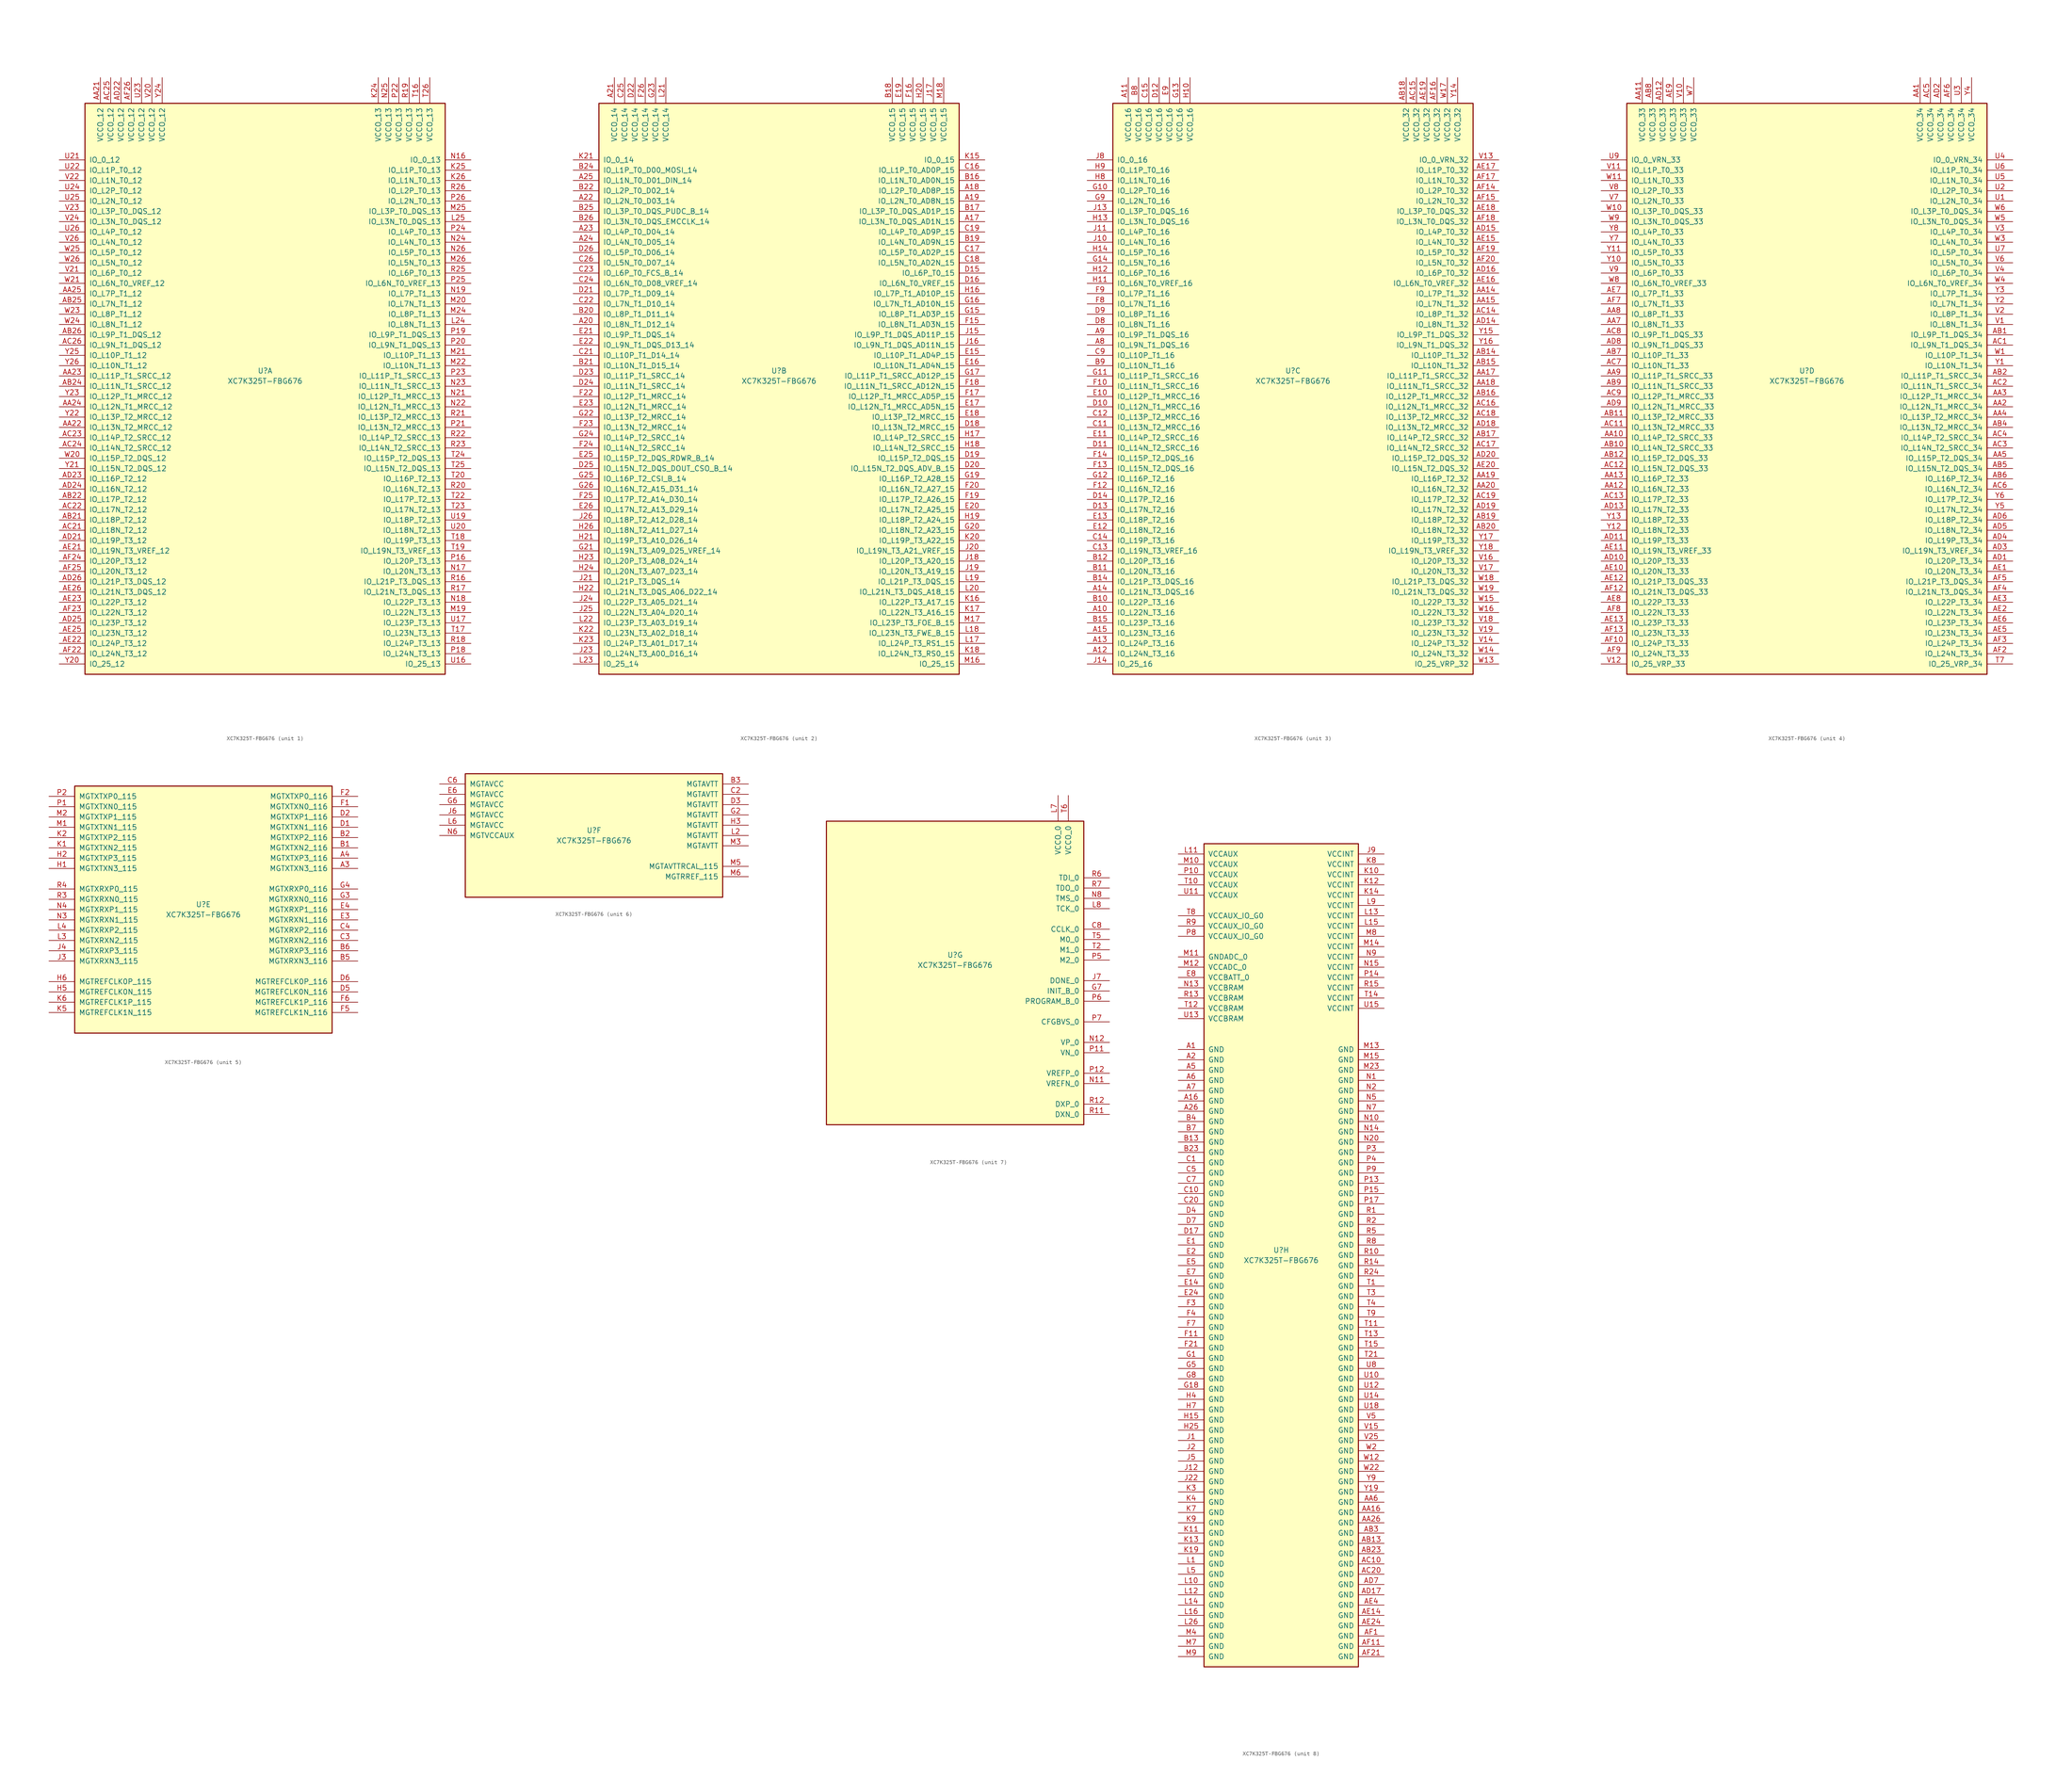
<source format=kicad_sym>
(kicad_symbol_lib
  (version 20231120)
  (generator "kicad_symbol_editor")
  (generator_version "8.0")
  (symbol "XC7K325T-FBG676"
    (pin_names
      (offset 1.016))
    (property "Reference" "U"
      (at 0 1.27 0)
      (effects (font (size 1.27 1.27))))
    (property "Value" "XC7K325T-FBG676"
      (at 0 -1.27 0)
      (effects (font (size 1.27 1.27))))
    (property "Datasheet" ""
      (at 0 0 0)
      (effects (font (size 1.27 1.27))))
    (property "ki_locked" ""
      (at 0 0 0)
      (effects (font (size 1.27 1.27))))
    (symbol "XC7K325T-FBG676_1_1"
      (rectangle (start -44.45 67.31) (end 44.45 -73.66) (stroke (width 0.254) (type default)) (fill (type background)))
      (pin power_in line (at -40.64 73.66 270) (length 6.35) (name "VCCO_12" (effects (font (size 1.27 1.27)))) (number "AA21" (effects (font (size 1.27 1.27)))))
      (pin bidirectional line (at -50.8 -12.7 0) (length 6.35) (name "IO_L13N_T2_MRCC_12" (effects (font (size 1.27 1.27)))) (number "AA22" (effects (font (size 1.27 1.27)))))
      (pin bidirectional line (at -50.8 0 0) (length 6.35) (name "IO_L11P_T1_SRCC_12" (effects (font (size 1.27 1.27)))) (number "AA23" (effects (font (size 1.27 1.27)))))
      (pin bidirectional line (at -50.8 -7.62 0) (length 6.35) (name "IO_L12N_T1_MRCC_12" (effects (font (size 1.27 1.27)))) (number "AA24" (effects (font (size 1.27 1.27)))))
      (pin bidirectional line (at -50.8 20.32 0) (length 6.35) (name "IO_L7P_T1_12" (effects (font (size 1.27 1.27)))) (number "AA25" (effects (font (size 1.27 1.27)))))
      (pin bidirectional line (at -50.8 -35.56 0) (length 6.35) (name "IO_L18P_T2_12" (effects (font (size 1.27 1.27)))) (number "AB21" (effects (font (size 1.27 1.27)))))
      (pin bidirectional line (at -50.8 -30.48 0) (length 6.35) (name "IO_L17P_T2_12" (effects (font (size 1.27 1.27)))) (number "AB22" (effects (font (size 1.27 1.27)))))
      (pin bidirectional line (at -50.8 -2.54 0) (length 6.35) (name "IO_L11N_T1_SRCC_12" (effects (font (size 1.27 1.27)))) (number "AB24" (effects (font (size 1.27 1.27)))))
      (pin bidirectional line (at -50.8 17.78 0) (length 6.35) (name "IO_L7N_T1_12" (effects (font (size 1.27 1.27)))) (number "AB25" (effects (font (size 1.27 1.27)))))
      (pin bidirectional line (at -50.8 10.16 0) (length 6.35) (name "IO_L9P_T1_DQS_12" (effects (font (size 1.27 1.27)))) (number "AB26" (effects (font (size 1.27 1.27)))))
      (pin bidirectional line (at -50.8 -38.1 0) (length 6.35) (name "IO_L18N_T2_12" (effects (font (size 1.27 1.27)))) (number "AC21" (effects (font (size 1.27 1.27)))))
      (pin bidirectional line (at -50.8 -33.02 0) (length 6.35) (name "IO_L17N_T2_12" (effects (font (size 1.27 1.27)))) (number "AC22" (effects (font (size 1.27 1.27)))))
      (pin bidirectional line (at -50.8 -15.24 0) (length 6.35) (name "IO_L14P_T2_SRCC_12" (effects (font (size 1.27 1.27)))) (number "AC23" (effects (font (size 1.27 1.27)))))
      (pin bidirectional line (at -50.8 -17.78 0) (length 6.35) (name "IO_L14N_T2_SRCC_12" (effects (font (size 1.27 1.27)))) (number "AC24" (effects (font (size 1.27 1.27)))))
      (pin power_in line (at -38.1 73.66 270) (length 6.35) (name "VCCO_12" (effects (font (size 1.27 1.27)))) (number "AC25" (effects (font (size 1.27 1.27)))))
      (pin bidirectional line (at -50.8 7.62 0) (length 6.35) (name "IO_L9N_T1_DQS_12" (effects (font (size 1.27 1.27)))) (number "AC26" (effects (font (size 1.27 1.27)))))
      (pin bidirectional line (at -50.8 -40.64 0) (length 6.35) (name "IO_L19P_T3_12" (effects (font (size 1.27 1.27)))) (number "AD21" (effects (font (size 1.27 1.27)))))
      (pin power_in line (at -35.56 73.66 270) (length 6.35) (name "VCCO_12" (effects (font (size 1.27 1.27)))) (number "AD22" (effects (font (size 1.27 1.27)))))
      (pin bidirectional line (at -50.8 -25.4 0) (length 6.35) (name "IO_L16P_T2_12" (effects (font (size 1.27 1.27)))) (number "AD23" (effects (font (size 1.27 1.27)))))
      (pin bidirectional line (at -50.8 -27.94 0) (length 6.35) (name "IO_L16N_T2_12" (effects (font (size 1.27 1.27)))) (number "AD24" (effects (font (size 1.27 1.27)))))
      (pin bidirectional line (at -50.8 -60.96 0) (length 6.35) (name "IO_L23P_T3_12" (effects (font (size 1.27 1.27)))) (number "AD25" (effects (font (size 1.27 1.27)))))
      (pin bidirectional line (at -50.8 -50.8 0) (length 6.35) (name "IO_L21P_T3_DQS_12" (effects (font (size 1.27 1.27)))) (number "AD26" (effects (font (size 1.27 1.27)))))
      (pin bidirectional line (at -50.8 -43.18 0) (length 6.35) (name "IO_L19N_T3_VREF_12" (effects (font (size 1.27 1.27)))) (number "AE21" (effects (font (size 1.27 1.27)))))
      (pin bidirectional line (at -50.8 -66.04 0) (length 6.35) (name "IO_L24P_T3_12" (effects (font (size 1.27 1.27)))) (number "AE22" (effects (font (size 1.27 1.27)))))
      (pin bidirectional line (at -50.8 -55.88 0) (length 6.35) (name "IO_L22P_T3_12" (effects (font (size 1.27 1.27)))) (number "AE23" (effects (font (size 1.27 1.27)))))
      (pin bidirectional line (at -50.8 -63.5 0) (length 6.35) (name "IO_L23N_T3_12" (effects (font (size 1.27 1.27)))) (number "AE25" (effects (font (size 1.27 1.27)))))
      (pin bidirectional line (at -50.8 -53.34 0) (length 6.35) (name "IO_L21N_T3_DQS_12" (effects (font (size 1.27 1.27)))) (number "AE26" (effects (font (size 1.27 1.27)))))
      (pin bidirectional line (at -50.8 -68.58 0) (length 6.35) (name "IO_L24N_T3_12" (effects (font (size 1.27 1.27)))) (number "AF22" (effects (font (size 1.27 1.27)))))
      (pin bidirectional line (at -50.8 -58.42 0) (length 6.35) (name "IO_L22N_T3_12" (effects (font (size 1.27 1.27)))) (number "AF23" (effects (font (size 1.27 1.27)))))
      (pin bidirectional line (at -50.8 -45.72 0) (length 6.35) (name "IO_L20P_T3_12" (effects (font (size 1.27 1.27)))) (number "AF24" (effects (font (size 1.27 1.27)))))
      (pin bidirectional line (at -50.8 -48.26 0) (length 6.35) (name "IO_L20N_T3_12" (effects (font (size 1.27 1.27)))) (number "AF25" (effects (font (size 1.27 1.27)))))
      (pin power_in line (at -33.02 73.66 270) (length 6.35) (name "VCCO_12" (effects (font (size 1.27 1.27)))) (number "AF26" (effects (font (size 1.27 1.27)))))
      (pin power_in line (at 27.94 73.66 270) (length 6.35) (name "VCCO_13" (effects (font (size 1.27 1.27)))) (number "K24" (effects (font (size 1.27 1.27)))))
      (pin bidirectional line (at 50.8 50.8 180) (length 6.35) (name "IO_L1P_T0_13" (effects (font (size 1.27 1.27)))) (number "K25" (effects (font (size 1.27 1.27)))))
      (pin bidirectional line (at 50.8 48.26 180) (length 6.35) (name "IO_L1N_T0_13" (effects (font (size 1.27 1.27)))) (number "K26" (effects (font (size 1.27 1.27)))))
      (pin bidirectional line (at 50.8 12.7 180) (length 6.35) (name "IO_L8N_T1_13" (effects (font (size 1.27 1.27)))) (number "L24" (effects (font (size 1.27 1.27)))))
      (pin bidirectional line (at 50.8 38.1 180) (length 6.35) (name "IO_L3N_T0_DQS_13" (effects (font (size 1.27 1.27)))) (number "L25" (effects (font (size 1.27 1.27)))))
      (pin bidirectional line (at 50.8 -58.42 180) (length 6.35) (name "IO_L22N_T3_13" (effects (font (size 1.27 1.27)))) (number "M19" (effects (font (size 1.27 1.27)))))
      (pin bidirectional line (at 50.8 17.78 180) (length 6.35) (name "IO_L7N_T1_13" (effects (font (size 1.27 1.27)))) (number "M20" (effects (font (size 1.27 1.27)))))
      (pin bidirectional line (at 50.8 5.08 180) (length 6.35) (name "IO_L10P_T1_13" (effects (font (size 1.27 1.27)))) (number "M21" (effects (font (size 1.27 1.27)))))
      (pin bidirectional line (at 50.8 2.54 180) (length 6.35) (name "IO_L10N_T1_13" (effects (font (size 1.27 1.27)))) (number "M22" (effects (font (size 1.27 1.27)))))
      (pin bidirectional line (at 50.8 15.24 180) (length 6.35) (name "IO_L8P_T1_13" (effects (font (size 1.27 1.27)))) (number "M24" (effects (font (size 1.27 1.27)))))
      (pin bidirectional line (at 50.8 40.64 180) (length 6.35) (name "IO_L3P_T0_DQS_13" (effects (font (size 1.27 1.27)))) (number "M25" (effects (font (size 1.27 1.27)))))
      (pin bidirectional line (at 50.8 27.94 180) (length 6.35) (name "IO_L5N_T0_13" (effects (font (size 1.27 1.27)))) (number "M26" (effects (font (size 1.27 1.27)))))
      (pin bidirectional line (at 50.8 53.34 180) (length 6.35) (name "IO_0_13" (effects (font (size 1.27 1.27)))) (number "N16" (effects (font (size 1.27 1.27)))))
      (pin bidirectional line (at 50.8 -48.26 180) (length 6.35) (name "IO_L20N_T3_13" (effects (font (size 1.27 1.27)))) (number "N17" (effects (font (size 1.27 1.27)))))
      (pin bidirectional line (at 50.8 -55.88 180) (length 6.35) (name "IO_L22P_T3_13" (effects (font (size 1.27 1.27)))) (number "N18" (effects (font (size 1.27 1.27)))))
      (pin bidirectional line (at 50.8 20.32 180) (length 6.35) (name "IO_L7P_T1_13" (effects (font (size 1.27 1.27)))) (number "N19" (effects (font (size 1.27 1.27)))))
      (pin bidirectional line (at 50.8 -5.08 180) (length 6.35) (name "IO_L12P_T1_MRCC_13" (effects (font (size 1.27 1.27)))) (number "N21" (effects (font (size 1.27 1.27)))))
      (pin bidirectional line (at 50.8 -7.62 180) (length 6.35) (name "IO_L12N_T1_MRCC_13" (effects (font (size 1.27 1.27)))) (number "N22" (effects (font (size 1.27 1.27)))))
      (pin bidirectional line (at 50.8 -2.54 180) (length 6.35) (name "IO_L11N_T1_SRCC_13" (effects (font (size 1.27 1.27)))) (number "N23" (effects (font (size 1.27 1.27)))))
      (pin bidirectional line (at 50.8 33.02 180) (length 6.35) (name "IO_L4N_T0_13" (effects (font (size 1.27 1.27)))) (number "N24" (effects (font (size 1.27 1.27)))))
      (pin power_in line (at 30.48 73.66 270) (length 6.35) (name "VCCO_13" (effects (font (size 1.27 1.27)))) (number "N25" (effects (font (size 1.27 1.27)))))
      (pin bidirectional line (at 50.8 30.48 180) (length 6.35) (name "IO_L5P_T0_13" (effects (font (size 1.27 1.27)))) (number "N26" (effects (font (size 1.27 1.27)))))
      (pin bidirectional line (at 50.8 -45.72 180) (length 6.35) (name "IO_L20P_T3_13" (effects (font (size 1.27 1.27)))) (number "P16" (effects (font (size 1.27 1.27)))))
      (pin bidirectional line (at 50.8 -68.58 180) (length 6.35) (name "IO_L24N_T3_13" (effects (font (size 1.27 1.27)))) (number "P18" (effects (font (size 1.27 1.27)))))
      (pin bidirectional line (at 50.8 10.16 180) (length 6.35) (name "IO_L9P_T1_DQS_13" (effects (font (size 1.27 1.27)))) (number "P19" (effects (font (size 1.27 1.27)))))
      (pin bidirectional line (at 50.8 7.62 180) (length 6.35) (name "IO_L9N_T1_DQS_13" (effects (font (size 1.27 1.27)))) (number "P20" (effects (font (size 1.27 1.27)))))
      (pin bidirectional line (at 50.8 -12.7 180) (length 6.35) (name "IO_L13N_T2_MRCC_13" (effects (font (size 1.27 1.27)))) (number "P21" (effects (font (size 1.27 1.27)))))
      (pin power_in line (at 33.02 73.66 270) (length 6.35) (name "VCCO_13" (effects (font (size 1.27 1.27)))) (number "P22" (effects (font (size 1.27 1.27)))))
      (pin bidirectional line (at 50.8 0 180) (length 6.35) (name "IO_L11P_T1_SRCC_13" (effects (font (size 1.27 1.27)))) (number "P23" (effects (font (size 1.27 1.27)))))
      (pin bidirectional line (at 50.8 35.56 180) (length 6.35) (name "IO_L4P_T0_13" (effects (font (size 1.27 1.27)))) (number "P24" (effects (font (size 1.27 1.27)))))
      (pin bidirectional line (at 50.8 22.86 180) (length 6.35) (name "IO_L6N_T0_VREF_13" (effects (font (size 1.27 1.27)))) (number "P25" (effects (font (size 1.27 1.27)))))
      (pin bidirectional line (at 50.8 43.18 180) (length 6.35) (name "IO_L2N_T0_13" (effects (font (size 1.27 1.27)))) (number "P26" (effects (font (size 1.27 1.27)))))
      (pin bidirectional line (at 50.8 -50.8 180) (length 6.35) (name "IO_L21P_T3_DQS_13" (effects (font (size 1.27 1.27)))) (number "R16" (effects (font (size 1.27 1.27)))))
      (pin bidirectional line (at 50.8 -53.34 180) (length 6.35) (name "IO_L21N_T3_DQS_13" (effects (font (size 1.27 1.27)))) (number "R17" (effects (font (size 1.27 1.27)))))
      (pin bidirectional line (at 50.8 -66.04 180) (length 6.35) (name "IO_L24P_T3_13" (effects (font (size 1.27 1.27)))) (number "R18" (effects (font (size 1.27 1.27)))))
      (pin power_in line (at 35.56 73.66 270) (length 6.35) (name "VCCO_13" (effects (font (size 1.27 1.27)))) (number "R19" (effects (font (size 1.27 1.27)))))
      (pin bidirectional line (at 50.8 -27.94 180) (length 6.35) (name "IO_L16N_T2_13" (effects (font (size 1.27 1.27)))) (number "R20" (effects (font (size 1.27 1.27)))))
      (pin bidirectional line (at 50.8 -10.16 180) (length 6.35) (name "IO_L13P_T2_MRCC_13" (effects (font (size 1.27 1.27)))) (number "R21" (effects (font (size 1.27 1.27)))))
      (pin bidirectional line (at 50.8 -15.24 180) (length 6.35) (name "IO_L14P_T2_SRCC_13" (effects (font (size 1.27 1.27)))) (number "R22" (effects (font (size 1.27 1.27)))))
      (pin bidirectional line (at 50.8 -17.78 180) (length 6.35) (name "IO_L14N_T2_SRCC_13" (effects (font (size 1.27 1.27)))) (number "R23" (effects (font (size 1.27 1.27)))))
      (pin bidirectional line (at 50.8 25.4 180) (length 6.35) (name "IO_L6P_T0_13" (effects (font (size 1.27 1.27)))) (number "R25" (effects (font (size 1.27 1.27)))))
      (pin bidirectional line (at 50.8 45.72 180) (length 6.35) (name "IO_L2P_T0_13" (effects (font (size 1.27 1.27)))) (number "R26" (effects (font (size 1.27 1.27)))))
      (pin power_in line (at 38.1 73.66 270) (length 6.35) (name "VCCO_13" (effects (font (size 1.27 1.27)))) (number "T16" (effects (font (size 1.27 1.27)))))
      (pin bidirectional line (at 50.8 -63.5 180) (length 6.35) (name "IO_L23N_T3_13" (effects (font (size 1.27 1.27)))) (number "T17" (effects (font (size 1.27 1.27)))))
      (pin bidirectional line (at 50.8 -40.64 180) (length 6.35) (name "IO_L19P_T3_13" (effects (font (size 1.27 1.27)))) (number "T18" (effects (font (size 1.27 1.27)))))
      (pin bidirectional line (at 50.8 -43.18 180) (length 6.35) (name "IO_L19N_T3_VREF_13" (effects (font (size 1.27 1.27)))) (number "T19" (effects (font (size 1.27 1.27)))))
      (pin bidirectional line (at 50.8 -25.4 180) (length 6.35) (name "IO_L16P_T2_13" (effects (font (size 1.27 1.27)))) (number "T20" (effects (font (size 1.27 1.27)))))
      (pin bidirectional line (at 50.8 -30.48 180) (length 6.35) (name "IO_L17P_T2_13" (effects (font (size 1.27 1.27)))) (number "T22" (effects (font (size 1.27 1.27)))))
      (pin bidirectional line (at 50.8 -33.02 180) (length 6.35) (name "IO_L17N_T2_13" (effects (font (size 1.27 1.27)))) (number "T23" (effects (font (size 1.27 1.27)))))
      (pin bidirectional line (at 50.8 -20.32 180) (length 6.35) (name "IO_L15P_T2_DQS_13" (effects (font (size 1.27 1.27)))) (number "T24" (effects (font (size 1.27 1.27)))))
      (pin bidirectional line (at 50.8 -22.86 180) (length 6.35) (name "IO_L15N_T2_DQS_13" (effects (font (size 1.27 1.27)))) (number "T25" (effects (font (size 1.27 1.27)))))
      (pin power_in line (at 40.64 73.66 270) (length 6.35) (name "VCCO_13" (effects (font (size 1.27 1.27)))) (number "T26" (effects (font (size 1.27 1.27)))))
      (pin bidirectional line (at 50.8 -71.12 180) (length 6.35) (name "IO_25_13" (effects (font (size 1.27 1.27)))) (number "U16" (effects (font (size 1.27 1.27)))))
      (pin bidirectional line (at 50.8 -60.96 180) (length 6.35) (name "IO_L23P_T3_13" (effects (font (size 1.27 1.27)))) (number "U17" (effects (font (size 1.27 1.27)))))
      (pin bidirectional line (at 50.8 -35.56 180) (length 6.35) (name "IO_L18P_T2_13" (effects (font (size 1.27 1.27)))) (number "U19" (effects (font (size 1.27 1.27)))))
      (pin bidirectional line (at 50.8 -38.1 180) (length 6.35) (name "IO_L18N_T2_13" (effects (font (size 1.27 1.27)))) (number "U20" (effects (font (size 1.27 1.27)))))
      (pin bidirectional line (at -50.8 53.34 0) (length 6.35) (name "IO_0_12" (effects (font (size 1.27 1.27)))) (number "U21" (effects (font (size 1.27 1.27)))))
      (pin bidirectional line (at -50.8 50.8 0) (length 6.35) (name "IO_L1P_T0_12" (effects (font (size 1.27 1.27)))) (number "U22" (effects (font (size 1.27 1.27)))))
      (pin power_in line (at -30.48 73.66 270) (length 6.35) (name "VCCO_12" (effects (font (size 1.27 1.27)))) (number "U23" (effects (font (size 1.27 1.27)))))
      (pin bidirectional line (at -50.8 45.72 0) (length 6.35) (name "IO_L2P_T0_12" (effects (font (size 1.27 1.27)))) (number "U24" (effects (font (size 1.27 1.27)))))
      (pin bidirectional line (at -50.8 43.18 0) (length 6.35) (name "IO_L2N_T0_12" (effects (font (size 1.27 1.27)))) (number "U25" (effects (font (size 1.27 1.27)))))
      (pin bidirectional line (at -50.8 35.56 0) (length 6.35) (name "IO_L4P_T0_12" (effects (font (size 1.27 1.27)))) (number "U26" (effects (font (size 1.27 1.27)))))
      (pin power_in line (at -27.94 73.66 270) (length 6.35) (name "VCCO_12" (effects (font (size 1.27 1.27)))) (number "V20" (effects (font (size 1.27 1.27)))))
      (pin bidirectional line (at -50.8 25.4 0) (length 6.35) (name "IO_L6P_T0_12" (effects (font (size 1.27 1.27)))) (number "V21" (effects (font (size 1.27 1.27)))))
      (pin bidirectional line (at -50.8 48.26 0) (length 6.35) (name "IO_L1N_T0_12" (effects (font (size 1.27 1.27)))) (number "V22" (effects (font (size 1.27 1.27)))))
      (pin bidirectional line (at -50.8 40.64 0) (length 6.35) (name "IO_L3P_T0_DQS_12" (effects (font (size 1.27 1.27)))) (number "V23" (effects (font (size 1.27 1.27)))))
      (pin bidirectional line (at -50.8 38.1 0) (length 6.35) (name "IO_L3N_T0_DQS_12" (effects (font (size 1.27 1.27)))) (number "V24" (effects (font (size 1.27 1.27)))))
      (pin bidirectional line (at -50.8 33.02 0) (length 6.35) (name "IO_L4N_T0_12" (effects (font (size 1.27 1.27)))) (number "V26" (effects (font (size 1.27 1.27)))))
      (pin bidirectional line (at -50.8 -20.32 0) (length 6.35) (name "IO_L15P_T2_DQS_12" (effects (font (size 1.27 1.27)))) (number "W20" (effects (font (size 1.27 1.27)))))
      (pin bidirectional line (at -50.8 22.86 0) (length 6.35) (name "IO_L6N_T0_VREF_12" (effects (font (size 1.27 1.27)))) (number "W21" (effects (font (size 1.27 1.27)))))
      (pin bidirectional line (at -50.8 15.24 0) (length 6.35) (name "IO_L8P_T1_12" (effects (font (size 1.27 1.27)))) (number "W23" (effects (font (size 1.27 1.27)))))
      (pin bidirectional line (at -50.8 12.7 0) (length 6.35) (name "IO_L8N_T1_12" (effects (font (size 1.27 1.27)))) (number "W24" (effects (font (size 1.27 1.27)))))
      (pin bidirectional line (at -50.8 30.48 0) (length 6.35) (name "IO_L5P_T0_12" (effects (font (size 1.27 1.27)))) (number "W25" (effects (font (size 1.27 1.27)))))
      (pin bidirectional line (at -50.8 27.94 0) (length 6.35) (name "IO_L5N_T0_12" (effects (font (size 1.27 1.27)))) (number "W26" (effects (font (size 1.27 1.27)))))
      (pin bidirectional line (at -50.8 -71.12 0) (length 6.35) (name "IO_25_12" (effects (font (size 1.27 1.27)))) (number "Y20" (effects (font (size 1.27 1.27)))))
      (pin bidirectional line (at -50.8 -22.86 0) (length 6.35) (name "IO_L15N_T2_DQS_12" (effects (font (size 1.27 1.27)))) (number "Y21" (effects (font (size 1.27 1.27)))))
      (pin bidirectional line (at -50.8 -10.16 0) (length 6.35) (name "IO_L13P_T2_MRCC_12" (effects (font (size 1.27 1.27)))) (number "Y22" (effects (font (size 1.27 1.27)))))
      (pin bidirectional line (at -50.8 -5.08 0) (length 6.35) (name "IO_L12P_T1_MRCC_12" (effects (font (size 1.27 1.27)))) (number "Y23" (effects (font (size 1.27 1.27)))))
      (pin power_in line (at -25.4 73.66 270) (length 6.35) (name "VCCO_12" (effects (font (size 1.27 1.27)))) (number "Y24" (effects (font (size 1.27 1.27)))))
      (pin bidirectional line (at -50.8 5.08 0) (length 6.35) (name "IO_L10P_T1_12" (effects (font (size 1.27 1.27)))) (number "Y25" (effects (font (size 1.27 1.27)))))
      (pin bidirectional line (at -50.8 2.54 0) (length 6.35) (name "IO_L10N_T1_12" (effects (font (size 1.27 1.27)))) (number "Y26" (effects (font (size 1.27 1.27))))))
    (symbol "XC7K325T-FBG676_2_1"
      (rectangle (start -44.45 67.31) (end 44.45 -73.66) (stroke (width 0.254) (type default)) (fill (type background)))
      (pin bidirectional line (at 50.8 38.1 180) (length 6.35) (name "IO_L3N_T0_DQS_AD1N_15" (effects (font (size 1.27 1.27)))) (number "A17" (effects (font (size 1.27 1.27)))))
      (pin bidirectional line (at 50.8 45.72 180) (length 6.35) (name "IO_L2P_T0_AD8P_15" (effects (font (size 1.27 1.27)))) (number "A18" (effects (font (size 1.27 1.27)))))
      (pin bidirectional line (at 50.8 43.18 180) (length 6.35) (name "IO_L2N_T0_AD8N_15" (effects (font (size 1.27 1.27)))) (number "A19" (effects (font (size 1.27 1.27)))))
      (pin bidirectional line (at -50.8 12.7 0) (length 6.35) (name "IO_L8N_T1_D12_14" (effects (font (size 1.27 1.27)))) (number "A20" (effects (font (size 1.27 1.27)))))
      (pin power_in line (at -40.64 73.66 270) (length 6.35) (name "VCCO_14" (effects (font (size 1.27 1.27)))) (number "A21" (effects (font (size 1.27 1.27)))))
      (pin bidirectional line (at -50.8 43.18 0) (length 6.35) (name "IO_L2N_T0_D03_14" (effects (font (size 1.27 1.27)))) (number "A22" (effects (font (size 1.27 1.27)))))
      (pin bidirectional line (at -50.8 35.56 0) (length 6.35) (name "IO_L4P_T0_D04_14" (effects (font (size 1.27 1.27)))) (number "A23" (effects (font (size 1.27 1.27)))))
      (pin bidirectional line (at -50.8 33.02 0) (length 6.35) (name "IO_L4N_T0_D05_14" (effects (font (size 1.27 1.27)))) (number "A24" (effects (font (size 1.27 1.27)))))
      (pin bidirectional line (at -50.8 48.26 0) (length 6.35) (name "IO_L1N_T0_D01_DIN_14" (effects (font (size 1.27 1.27)))) (number "A25" (effects (font (size 1.27 1.27)))))
      (pin bidirectional line (at 50.8 48.26 180) (length 6.35) (name "IO_L1N_T0_AD0N_15" (effects (font (size 1.27 1.27)))) (number "B16" (effects (font (size 1.27 1.27)))))
      (pin bidirectional line (at 50.8 40.64 180) (length 6.35) (name "IO_L3P_T0_DQS_AD1P_15" (effects (font (size 1.27 1.27)))) (number "B17" (effects (font (size 1.27 1.27)))))
      (pin power_in line (at 27.94 73.66 270) (length 6.35) (name "VCCO_15" (effects (font (size 1.27 1.27)))) (number "B18" (effects (font (size 1.27 1.27)))))
      (pin bidirectional line (at 50.8 33.02 180) (length 6.35) (name "IO_L4N_T0_AD9N_15" (effects (font (size 1.27 1.27)))) (number "B19" (effects (font (size 1.27 1.27)))))
      (pin bidirectional line (at -50.8 15.24 0) (length 6.35) (name "IO_L8P_T1_D11_14" (effects (font (size 1.27 1.27)))) (number "B20" (effects (font (size 1.27 1.27)))))
      (pin bidirectional line (at -50.8 2.54 0) (length 6.35) (name "IO_L10N_T1_D15_14" (effects (font (size 1.27 1.27)))) (number "B21" (effects (font (size 1.27 1.27)))))
      (pin bidirectional line (at -50.8 45.72 0) (length 6.35) (name "IO_L2P_T0_D02_14" (effects (font (size 1.27 1.27)))) (number "B22" (effects (font (size 1.27 1.27)))))
      (pin bidirectional line (at -50.8 50.8 0) (length 6.35) (name "IO_L1P_T0_D00_MOSI_14" (effects (font (size 1.27 1.27)))) (number "B24" (effects (font (size 1.27 1.27)))))
      (pin bidirectional line (at -50.8 40.64 0) (length 6.35) (name "IO_L3P_T0_DQS_PUDC_B_14" (effects (font (size 1.27 1.27)))) (number "B25" (effects (font (size 1.27 1.27)))))
      (pin bidirectional line (at -50.8 38.1 0) (length 6.35) (name "IO_L3N_T0_DQS_EMCCLK_14" (effects (font (size 1.27 1.27)))) (number "B26" (effects (font (size 1.27 1.27)))))
      (pin bidirectional line (at 50.8 50.8 180) (length 6.35) (name "IO_L1P_T0_AD0P_15" (effects (font (size 1.27 1.27)))) (number "C16" (effects (font (size 1.27 1.27)))))
      (pin bidirectional line (at 50.8 30.48 180) (length 6.35) (name "IO_L5P_T0_AD2P_15" (effects (font (size 1.27 1.27)))) (number "C17" (effects (font (size 1.27 1.27)))))
      (pin bidirectional line (at 50.8 27.94 180) (length 6.35) (name "IO_L5N_T0_AD2N_15" (effects (font (size 1.27 1.27)))) (number "C18" (effects (font (size 1.27 1.27)))))
      (pin bidirectional line (at 50.8 35.56 180) (length 6.35) (name "IO_L4P_T0_AD9P_15" (effects (font (size 1.27 1.27)))) (number "C19" (effects (font (size 1.27 1.27)))))
      (pin bidirectional line (at -50.8 5.08 0) (length 6.35) (name "IO_L10P_T1_D14_14" (effects (font (size 1.27 1.27)))) (number "C21" (effects (font (size 1.27 1.27)))))
      (pin bidirectional line (at -50.8 17.78 0) (length 6.35) (name "IO_L7N_T1_D10_14" (effects (font (size 1.27 1.27)))) (number "C22" (effects (font (size 1.27 1.27)))))
      (pin bidirectional line (at -50.8 25.4 0) (length 6.35) (name "IO_L6P_T0_FCS_B_14" (effects (font (size 1.27 1.27)))) (number "C23" (effects (font (size 1.27 1.27)))))
      (pin bidirectional line (at -50.8 22.86 0) (length 6.35) (name "IO_L6N_T0_D08_VREF_14" (effects (font (size 1.27 1.27)))) (number "C24" (effects (font (size 1.27 1.27)))))
      (pin power_in line (at -38.1 73.66 270) (length 6.35) (name "VCCO_14" (effects (font (size 1.27 1.27)))) (number "C25" (effects (font (size 1.27 1.27)))))
      (pin bidirectional line (at -50.8 27.94 0) (length 6.35) (name "IO_L5N_T0_D07_14" (effects (font (size 1.27 1.27)))) (number "C26" (effects (font (size 1.27 1.27)))))
      (pin bidirectional line (at 50.8 25.4 180) (length 6.35) (name "IO_L6P_T0_15" (effects (font (size 1.27 1.27)))) (number "D15" (effects (font (size 1.27 1.27)))))
      (pin bidirectional line (at 50.8 22.86 180) (length 6.35) (name "IO_L6N_T0_VREF_15" (effects (font (size 1.27 1.27)))) (number "D16" (effects (font (size 1.27 1.27)))))
      (pin bidirectional line (at 50.8 -12.7 180) (length 6.35) (name "IO_L13N_T2_MRCC_15" (effects (font (size 1.27 1.27)))) (number "D18" (effects (font (size 1.27 1.27)))))
      (pin bidirectional line (at 50.8 -20.32 180) (length 6.35) (name "IO_L15P_T2_DQS_15" (effects (font (size 1.27 1.27)))) (number "D19" (effects (font (size 1.27 1.27)))))
      (pin bidirectional line (at 50.8 -22.86 180) (length 6.35) (name "IO_L15N_T2_DQS_ADV_B_15" (effects (font (size 1.27 1.27)))) (number "D20" (effects (font (size 1.27 1.27)))))
      (pin bidirectional line (at -50.8 20.32 0) (length 6.35) (name "IO_L7P_T1_D09_14" (effects (font (size 1.27 1.27)))) (number "D21" (effects (font (size 1.27 1.27)))))
      (pin power_in line (at -35.56 73.66 270) (length 6.35) (name "VCCO_14" (effects (font (size 1.27 1.27)))) (number "D22" (effects (font (size 1.27 1.27)))))
      (pin bidirectional line (at -50.8 0 0) (length 6.35) (name "IO_L11P_T1_SRCC_14" (effects (font (size 1.27 1.27)))) (number "D23" (effects (font (size 1.27 1.27)))))
      (pin bidirectional line (at -50.8 -2.54 0) (length 6.35) (name "IO_L11N_T1_SRCC_14" (effects (font (size 1.27 1.27)))) (number "D24" (effects (font (size 1.27 1.27)))))
      (pin bidirectional line (at -50.8 -22.86 0) (length 6.35) (name "IO_L15N_T2_DQS_DOUT_CSO_B_14" (effects (font (size 1.27 1.27)))) (number "D25" (effects (font (size 1.27 1.27)))))
      (pin bidirectional line (at -50.8 30.48 0) (length 6.35) (name "IO_L5P_T0_D06_14" (effects (font (size 1.27 1.27)))) (number "D26" (effects (font (size 1.27 1.27)))))
      (pin bidirectional line (at 50.8 5.08 180) (length 6.35) (name "IO_L10P_T1_AD4P_15" (effects (font (size 1.27 1.27)))) (number "E15" (effects (font (size 1.27 1.27)))))
      (pin bidirectional line (at 50.8 2.54 180) (length 6.35) (name "IO_L10N_T1_AD4N_15" (effects (font (size 1.27 1.27)))) (number "E16" (effects (font (size 1.27 1.27)))))
      (pin bidirectional line (at 50.8 -7.62 180) (length 6.35) (name "IO_L12N_T1_MRCC_AD5N_15" (effects (font (size 1.27 1.27)))) (number "E17" (effects (font (size 1.27 1.27)))))
      (pin bidirectional line (at 50.8 -10.16 180) (length 6.35) (name "IO_L13P_T2_MRCC_15" (effects (font (size 1.27 1.27)))) (number "E18" (effects (font (size 1.27 1.27)))))
      (pin power_in line (at 30.48 73.66 270) (length 6.35) (name "VCCO_15" (effects (font (size 1.27 1.27)))) (number "E19" (effects (font (size 1.27 1.27)))))
      (pin bidirectional line (at 50.8 -33.02 180) (length 6.35) (name "IO_L17N_T2_A25_15" (effects (font (size 1.27 1.27)))) (number "E20" (effects (font (size 1.27 1.27)))))
      (pin bidirectional line (at -50.8 10.16 0) (length 6.35) (name "IO_L9P_T1_DQS_14" (effects (font (size 1.27 1.27)))) (number "E21" (effects (font (size 1.27 1.27)))))
      (pin bidirectional line (at -50.8 7.62 0) (length 6.35) (name "IO_L9N_T1_DQS_D13_14" (effects (font (size 1.27 1.27)))) (number "E22" (effects (font (size 1.27 1.27)))))
      (pin bidirectional line (at -50.8 -7.62 0) (length 6.35) (name "IO_L12N_T1_MRCC_14" (effects (font (size 1.27 1.27)))) (number "E23" (effects (font (size 1.27 1.27)))))
      (pin bidirectional line (at -50.8 -20.32 0) (length 6.35) (name "IO_L15P_T2_DQS_RDWR_B_14" (effects (font (size 1.27 1.27)))) (number "E25" (effects (font (size 1.27 1.27)))))
      (pin bidirectional line (at -50.8 -33.02 0) (length 6.35) (name "IO_L17N_T2_A13_D29_14" (effects (font (size 1.27 1.27)))) (number "E26" (effects (font (size 1.27 1.27)))))
      (pin bidirectional line (at 50.8 12.7 180) (length 6.35) (name "IO_L8N_T1_AD3N_15" (effects (font (size 1.27 1.27)))) (number "F15" (effects (font (size 1.27 1.27)))))
      (pin power_in line (at 33.02 73.66 270) (length 6.35) (name "VCCO_15" (effects (font (size 1.27 1.27)))) (number "F16" (effects (font (size 1.27 1.27)))))
      (pin bidirectional line (at 50.8 -5.08 180) (length 6.35) (name "IO_L12P_T1_MRCC_AD5P_15" (effects (font (size 1.27 1.27)))) (number "F17" (effects (font (size 1.27 1.27)))))
      (pin bidirectional line (at 50.8 -2.54 180) (length 6.35) (name "IO_L11N_T1_SRCC_AD12N_15" (effects (font (size 1.27 1.27)))) (number "F18" (effects (font (size 1.27 1.27)))))
      (pin bidirectional line (at 50.8 -30.48 180) (length 6.35) (name "IO_L17P_T2_A26_15" (effects (font (size 1.27 1.27)))) (number "F19" (effects (font (size 1.27 1.27)))))
      (pin bidirectional line (at 50.8 -27.94 180) (length 6.35) (name "IO_L16N_T2_A27_15" (effects (font (size 1.27 1.27)))) (number "F20" (effects (font (size 1.27 1.27)))))
      (pin bidirectional line (at -50.8 -5.08 0) (length 6.35) (name "IO_L12P_T1_MRCC_14" (effects (font (size 1.27 1.27)))) (number "F22" (effects (font (size 1.27 1.27)))))
      (pin bidirectional line (at -50.8 -12.7 0) (length 6.35) (name "IO_L13N_T2_MRCC_14" (effects (font (size 1.27 1.27)))) (number "F23" (effects (font (size 1.27 1.27)))))
      (pin bidirectional line (at -50.8 -17.78 0) (length 6.35) (name "IO_L14N_T2_SRCC_14" (effects (font (size 1.27 1.27)))) (number "F24" (effects (font (size 1.27 1.27)))))
      (pin bidirectional line (at -50.8 -30.48 0) (length 6.35) (name "IO_L17P_T2_A14_D30_14" (effects (font (size 1.27 1.27)))) (number "F25" (effects (font (size 1.27 1.27)))))
      (pin power_in line (at -33.02 73.66 270) (length 6.35) (name "VCCO_14" (effects (font (size 1.27 1.27)))) (number "F26" (effects (font (size 1.27 1.27)))))
      (pin bidirectional line (at 50.8 15.24 180) (length 6.35) (name "IO_L8P_T1_AD3P_15" (effects (font (size 1.27 1.27)))) (number "G15" (effects (font (size 1.27 1.27)))))
      (pin bidirectional line (at 50.8 17.78 180) (length 6.35) (name "IO_L7N_T1_AD10N_15" (effects (font (size 1.27 1.27)))) (number "G16" (effects (font (size 1.27 1.27)))))
      (pin bidirectional line (at 50.8 0 180) (length 6.35) (name "IO_L11P_T1_SRCC_AD12P_15" (effects (font (size 1.27 1.27)))) (number "G17" (effects (font (size 1.27 1.27)))))
      (pin bidirectional line (at 50.8 -25.4 180) (length 6.35) (name "IO_L16P_T2_A28_15" (effects (font (size 1.27 1.27)))) (number "G19" (effects (font (size 1.27 1.27)))))
      (pin bidirectional line (at 50.8 -38.1 180) (length 6.35) (name "IO_L18N_T2_A23_15" (effects (font (size 1.27 1.27)))) (number "G20" (effects (font (size 1.27 1.27)))))
      (pin bidirectional line (at -50.8 -43.18 0) (length 6.35) (name "IO_L19N_T3_A09_D25_VREF_14" (effects (font (size 1.27 1.27)))) (number "G21" (effects (font (size 1.27 1.27)))))
      (pin bidirectional line (at -50.8 -10.16 0) (length 6.35) (name "IO_L13P_T2_MRCC_14" (effects (font (size 1.27 1.27)))) (number "G22" (effects (font (size 1.27 1.27)))))
      (pin power_in line (at -30.48 73.66 270) (length 6.35) (name "VCCO_14" (effects (font (size 1.27 1.27)))) (number "G23" (effects (font (size 1.27 1.27)))))
      (pin bidirectional line (at -50.8 -15.24 0) (length 6.35) (name "IO_L14P_T2_SRCC_14" (effects (font (size 1.27 1.27)))) (number "G24" (effects (font (size 1.27 1.27)))))
      (pin bidirectional line (at -50.8 -25.4 0) (length 6.35) (name "IO_L16P_T2_CSI_B_14" (effects (font (size 1.27 1.27)))) (number "G25" (effects (font (size 1.27 1.27)))))
      (pin bidirectional line (at -50.8 -27.94 0) (length 6.35) (name "IO_L16N_T2_A15_D31_14" (effects (font (size 1.27 1.27)))) (number "G26" (effects (font (size 1.27 1.27)))))
      (pin bidirectional line (at 50.8 20.32 180) (length 6.35) (name "IO_L7P_T1_AD10P_15" (effects (font (size 1.27 1.27)))) (number "H16" (effects (font (size 1.27 1.27)))))
      (pin bidirectional line (at 50.8 -15.24 180) (length 6.35) (name "IO_L14P_T2_SRCC_15" (effects (font (size 1.27 1.27)))) (number "H17" (effects (font (size 1.27 1.27)))))
      (pin bidirectional line (at 50.8 -17.78 180) (length 6.35) (name "IO_L14N_T2_SRCC_15" (effects (font (size 1.27 1.27)))) (number "H18" (effects (font (size 1.27 1.27)))))
      (pin bidirectional line (at 50.8 -35.56 180) (length 6.35) (name "IO_L18P_T2_A24_15" (effects (font (size 1.27 1.27)))) (number "H19" (effects (font (size 1.27 1.27)))))
      (pin power_in line (at 35.56 73.66 270) (length 6.35) (name "VCCO_15" (effects (font (size 1.27 1.27)))) (number "H20" (effects (font (size 1.27 1.27)))))
      (pin bidirectional line (at -50.8 -40.64 0) (length 6.35) (name "IO_L19P_T3_A10_D26_14" (effects (font (size 1.27 1.27)))) (number "H21" (effects (font (size 1.27 1.27)))))
      (pin bidirectional line (at -50.8 -53.34 0) (length 6.35) (name "IO_L21N_T3_DQS_A06_D22_14" (effects (font (size 1.27 1.27)))) (number "H22" (effects (font (size 1.27 1.27)))))
      (pin bidirectional line (at -50.8 -45.72 0) (length 6.35) (name "IO_L20P_T3_A08_D24_14" (effects (font (size 1.27 1.27)))) (number "H23" (effects (font (size 1.27 1.27)))))
      (pin bidirectional line (at -50.8 -48.26 0) (length 6.35) (name "IO_L20N_T3_A07_D23_14" (effects (font (size 1.27 1.27)))) (number "H24" (effects (font (size 1.27 1.27)))))
      (pin bidirectional line (at -50.8 -38.1 0) (length 6.35) (name "IO_L18N_T2_A11_D27_14" (effects (font (size 1.27 1.27)))) (number "H26" (effects (font (size 1.27 1.27)))))
      (pin bidirectional line (at 50.8 10.16 180) (length 6.35) (name "IO_L9P_T1_DQS_AD11P_15" (effects (font (size 1.27 1.27)))) (number "J15" (effects (font (size 1.27 1.27)))))
      (pin bidirectional line (at 50.8 7.62 180) (length 6.35) (name "IO_L9N_T1_DQS_AD11N_15" (effects (font (size 1.27 1.27)))) (number "J16" (effects (font (size 1.27 1.27)))))
      (pin power_in line (at 38.1 73.66 270) (length 6.35) (name "VCCO_15" (effects (font (size 1.27 1.27)))) (number "J17" (effects (font (size 1.27 1.27)))))
      (pin bidirectional line (at 50.8 -45.72 180) (length 6.35) (name "IO_L20P_T3_A20_15" (effects (font (size 1.27 1.27)))) (number "J18" (effects (font (size 1.27 1.27)))))
      (pin bidirectional line (at 50.8 -48.26 180) (length 6.35) (name "IO_L20N_T3_A19_15" (effects (font (size 1.27 1.27)))) (number "J19" (effects (font (size 1.27 1.27)))))
      (pin bidirectional line (at 50.8 -43.18 180) (length 6.35) (name "IO_L19N_T3_A21_VREF_15" (effects (font (size 1.27 1.27)))) (number "J20" (effects (font (size 1.27 1.27)))))
      (pin bidirectional line (at -50.8 -50.8 0) (length 6.35) (name "IO_L21P_T3_DQS_14" (effects (font (size 1.27 1.27)))) (number "J21" (effects (font (size 1.27 1.27)))))
      (pin bidirectional line (at -50.8 -68.58 0) (length 6.35) (name "IO_L24N_T3_A00_D16_14" (effects (font (size 1.27 1.27)))) (number "J23" (effects (font (size 1.27 1.27)))))
      (pin bidirectional line (at -50.8 -55.88 0) (length 6.35) (name "IO_L22P_T3_A05_D21_14" (effects (font (size 1.27 1.27)))) (number "J24" (effects (font (size 1.27 1.27)))))
      (pin bidirectional line (at -50.8 -58.42 0) (length 6.35) (name "IO_L22N_T3_A04_D20_14" (effects (font (size 1.27 1.27)))) (number "J25" (effects (font (size 1.27 1.27)))))
      (pin bidirectional line (at -50.8 -35.56 0) (length 6.35) (name "IO_L18P_T2_A12_D28_14" (effects (font (size 1.27 1.27)))) (number "J26" (effects (font (size 1.27 1.27)))))
      (pin bidirectional line (at 50.8 53.34 180) (length 6.35) (name "IO_0_15" (effects (font (size 1.27 1.27)))) (number "K15" (effects (font (size 1.27 1.27)))))
      (pin bidirectional line (at 50.8 -55.88 180) (length 6.35) (name "IO_L22P_T3_A17_15" (effects (font (size 1.27 1.27)))) (number "K16" (effects (font (size 1.27 1.27)))))
      (pin bidirectional line (at 50.8 -58.42 180) (length 6.35) (name "IO_L22N_T3_A16_15" (effects (font (size 1.27 1.27)))) (number "K17" (effects (font (size 1.27 1.27)))))
      (pin bidirectional line (at 50.8 -68.58 180) (length 6.35) (name "IO_L24N_T3_RS0_15" (effects (font (size 1.27 1.27)))) (number "K18" (effects (font (size 1.27 1.27)))))
      (pin bidirectional line (at 50.8 -40.64 180) (length 6.35) (name "IO_L19P_T3_A22_15" (effects (font (size 1.27 1.27)))) (number "K20" (effects (font (size 1.27 1.27)))))
      (pin bidirectional line (at -50.8 53.34 0) (length 6.35) (name "IO_0_14" (effects (font (size 1.27 1.27)))) (number "K21" (effects (font (size 1.27 1.27)))))
      (pin bidirectional line (at -50.8 -63.5 0) (length 6.35) (name "IO_L23N_T3_A02_D18_14" (effects (font (size 1.27 1.27)))) (number "K22" (effects (font (size 1.27 1.27)))))
      (pin bidirectional line (at -50.8 -66.04 0) (length 6.35) (name "IO_L24P_T3_A01_D17_14" (effects (font (size 1.27 1.27)))) (number "K23" (effects (font (size 1.27 1.27)))))
      (pin bidirectional line (at 50.8 -66.04 180) (length 6.35) (name "IO_L24P_T3_RS1_15" (effects (font (size 1.27 1.27)))) (number "L17" (effects (font (size 1.27 1.27)))))
      (pin bidirectional line (at 50.8 -63.5 180) (length 6.35) (name "IO_L23N_T3_FWE_B_15" (effects (font (size 1.27 1.27)))) (number "L18" (effects (font (size 1.27 1.27)))))
      (pin bidirectional line (at 50.8 -50.8 180) (length 6.35) (name "IO_L21P_T3_DQS_15" (effects (font (size 1.27 1.27)))) (number "L19" (effects (font (size 1.27 1.27)))))
      (pin bidirectional line (at 50.8 -53.34 180) (length 6.35) (name "IO_L21N_T3_DQS_A18_15" (effects (font (size 1.27 1.27)))) (number "L20" (effects (font (size 1.27 1.27)))))
      (pin power_in line (at -27.94 73.66 270) (length 6.35) (name "VCCO_14" (effects (font (size 1.27 1.27)))) (number "L21" (effects (font (size 1.27 1.27)))))
      (pin bidirectional line (at -50.8 -60.96 0) (length 6.35) (name "IO_L23P_T3_A03_D19_14" (effects (font (size 1.27 1.27)))) (number "L22" (effects (font (size 1.27 1.27)))))
      (pin bidirectional line (at -50.8 -71.12 0) (length 6.35) (name "IO_25_14" (effects (font (size 1.27 1.27)))) (number "L23" (effects (font (size 1.27 1.27)))))
      (pin bidirectional line (at 50.8 -71.12 180) (length 6.35) (name "IO_25_15" (effects (font (size 1.27 1.27)))) (number "M16" (effects (font (size 1.27 1.27)))))
      (pin bidirectional line (at 50.8 -60.96 180) (length 6.35) (name "IO_L23P_T3_FOE_B_15" (effects (font (size 1.27 1.27)))) (number "M17" (effects (font (size 1.27 1.27)))))
      (pin power_in line (at 40.64 73.66 270) (length 6.35) (name "VCCO_15" (effects (font (size 1.27 1.27)))) (number "M18" (effects (font (size 1.27 1.27))))))
    (symbol "XC7K325T-FBG676_3_1"
      (rectangle (start -44.45 67.31) (end 44.45 -73.66) (stroke (width 0.254) (type default)) (fill (type background)))
      (pin bidirectional line (at -50.8 -58.42 0) (length 6.35) (name "IO_L22N_T3_16" (effects (font (size 1.27 1.27)))) (number "A10" (effects (font (size 1.27 1.27)))))
      (pin power_in line (at -40.64 73.66 270) (length 6.35) (name "VCCO_16" (effects (font (size 1.27 1.27)))) (number "A11" (effects (font (size 1.27 1.27)))))
      (pin bidirectional line (at -50.8 -68.58 0) (length 6.35) (name "IO_L24N_T3_16" (effects (font (size 1.27 1.27)))) (number "A12" (effects (font (size 1.27 1.27)))))
      (pin bidirectional line (at -50.8 -66.04 0) (length 6.35) (name "IO_L24P_T3_16" (effects (font (size 1.27 1.27)))) (number "A13" (effects (font (size 1.27 1.27)))))
      (pin bidirectional line (at -50.8 -53.34 0) (length 6.35) (name "IO_L21N_T3_DQS_16" (effects (font (size 1.27 1.27)))) (number "A14" (effects (font (size 1.27 1.27)))))
      (pin bidirectional line (at -50.8 -63.5 0) (length 6.35) (name "IO_L23N_T3_16" (effects (font (size 1.27 1.27)))) (number "A15" (effects (font (size 1.27 1.27)))))
      (pin bidirectional line (at -50.8 7.62 0) (length 6.35) (name "IO_L9N_T1_DQS_16" (effects (font (size 1.27 1.27)))) (number "A8" (effects (font (size 1.27 1.27)))))
      (pin bidirectional line (at -50.8 10.16 0) (length 6.35) (name "IO_L9P_T1_DQS_16" (effects (font (size 1.27 1.27)))) (number "A9" (effects (font (size 1.27 1.27)))))
      (pin bidirectional line (at 50.8 20.32 180) (length 6.35) (name "IO_L7P_T1_32" (effects (font (size 1.27 1.27)))) (number "AA14" (effects (font (size 1.27 1.27)))))
      (pin bidirectional line (at 50.8 17.78 180) (length 6.35) (name "IO_L7N_T1_32" (effects (font (size 1.27 1.27)))) (number "AA15" (effects (font (size 1.27 1.27)))))
      (pin bidirectional line (at 50.8 0 180) (length 6.35) (name "IO_L11P_T1_SRCC_32" (effects (font (size 1.27 1.27)))) (number "AA17" (effects (font (size 1.27 1.27)))))
      (pin bidirectional line (at 50.8 -2.54 180) (length 6.35) (name "IO_L11N_T1_SRCC_32" (effects (font (size 1.27 1.27)))) (number "AA18" (effects (font (size 1.27 1.27)))))
      (pin bidirectional line (at 50.8 -25.4 180) (length 6.35) (name "IO_L16P_T2_32" (effects (font (size 1.27 1.27)))) (number "AA19" (effects (font (size 1.27 1.27)))))
      (pin bidirectional line (at 50.8 -27.94 180) (length 6.35) (name "IO_L16N_T2_32" (effects (font (size 1.27 1.27)))) (number "AA20" (effects (font (size 1.27 1.27)))))
      (pin bidirectional line (at 50.8 5.08 180) (length 6.35) (name "IO_L10P_T1_32" (effects (font (size 1.27 1.27)))) (number "AB14" (effects (font (size 1.27 1.27)))))
      (pin bidirectional line (at 50.8 2.54 180) (length 6.35) (name "IO_L10N_T1_32" (effects (font (size 1.27 1.27)))) (number "AB15" (effects (font (size 1.27 1.27)))))
      (pin bidirectional line (at 50.8 -5.08 180) (length 6.35) (name "IO_L12P_T1_MRCC_32" (effects (font (size 1.27 1.27)))) (number "AB16" (effects (font (size 1.27 1.27)))))
      (pin bidirectional line (at 50.8 -15.24 180) (length 6.35) (name "IO_L14P_T2_SRCC_32" (effects (font (size 1.27 1.27)))) (number "AB17" (effects (font (size 1.27 1.27)))))
      (pin power_in line (at 27.94 73.66 270) (length 6.35) (name "VCCO_32" (effects (font (size 1.27 1.27)))) (number "AB18" (effects (font (size 1.27 1.27)))))
      (pin bidirectional line (at 50.8 -35.56 180) (length 6.35) (name "IO_L18P_T2_32" (effects (font (size 1.27 1.27)))) (number "AB19" (effects (font (size 1.27 1.27)))))
      (pin bidirectional line (at 50.8 -38.1 180) (length 6.35) (name "IO_L18N_T2_32" (effects (font (size 1.27 1.27)))) (number "AB20" (effects (font (size 1.27 1.27)))))
      (pin bidirectional line (at 50.8 15.24 180) (length 6.35) (name "IO_L8P_T1_32" (effects (font (size 1.27 1.27)))) (number "AC14" (effects (font (size 1.27 1.27)))))
      (pin power_in line (at 30.48 73.66 270) (length 6.35) (name "VCCO_32" (effects (font (size 1.27 1.27)))) (number "AC15" (effects (font (size 1.27 1.27)))))
      (pin bidirectional line (at 50.8 -7.62 180) (length 6.35) (name "IO_L12N_T1_MRCC_32" (effects (font (size 1.27 1.27)))) (number "AC16" (effects (font (size 1.27 1.27)))))
      (pin bidirectional line (at 50.8 -17.78 180) (length 6.35) (name "IO_L14N_T2_SRCC_32" (effects (font (size 1.27 1.27)))) (number "AC17" (effects (font (size 1.27 1.27)))))
      (pin bidirectional line (at 50.8 -10.16 180) (length 6.35) (name "IO_L13P_T2_MRCC_32" (effects (font (size 1.27 1.27)))) (number "AC18" (effects (font (size 1.27 1.27)))))
      (pin bidirectional line (at 50.8 -30.48 180) (length 6.35) (name "IO_L17P_T2_32" (effects (font (size 1.27 1.27)))) (number "AC19" (effects (font (size 1.27 1.27)))))
      (pin bidirectional line (at 50.8 12.7 180) (length 6.35) (name "IO_L8N_T1_32" (effects (font (size 1.27 1.27)))) (number "AD14" (effects (font (size 1.27 1.27)))))
      (pin bidirectional line (at 50.8 35.56 180) (length 6.35) (name "IO_L4P_T0_32" (effects (font (size 1.27 1.27)))) (number "AD15" (effects (font (size 1.27 1.27)))))
      (pin bidirectional line (at 50.8 25.4 180) (length 6.35) (name "IO_L6P_T0_32" (effects (font (size 1.27 1.27)))) (number "AD16" (effects (font (size 1.27 1.27)))))
      (pin bidirectional line (at 50.8 -12.7 180) (length 6.35) (name "IO_L13N_T2_MRCC_32" (effects (font (size 1.27 1.27)))) (number "AD18" (effects (font (size 1.27 1.27)))))
      (pin bidirectional line (at 50.8 -33.02 180) (length 6.35) (name "IO_L17N_T2_32" (effects (font (size 1.27 1.27)))) (number "AD19" (effects (font (size 1.27 1.27)))))
      (pin bidirectional line (at 50.8 -20.32 180) (length 6.35) (name "IO_L15P_T2_DQS_32" (effects (font (size 1.27 1.27)))) (number "AD20" (effects (font (size 1.27 1.27)))))
      (pin bidirectional line (at 50.8 33.02 180) (length 6.35) (name "IO_L4N_T0_32" (effects (font (size 1.27 1.27)))) (number "AE15" (effects (font (size 1.27 1.27)))))
      (pin bidirectional line (at 50.8 22.86 180) (length 6.35) (name "IO_L6N_T0_VREF_32" (effects (font (size 1.27 1.27)))) (number "AE16" (effects (font (size 1.27 1.27)))))
      (pin bidirectional line (at 50.8 50.8 180) (length 6.35) (name "IO_L1P_T0_32" (effects (font (size 1.27 1.27)))) (number "AE17" (effects (font (size 1.27 1.27)))))
      (pin bidirectional line (at 50.8 40.64 180) (length 6.35) (name "IO_L3P_T0_DQS_32" (effects (font (size 1.27 1.27)))) (number "AE18" (effects (font (size 1.27 1.27)))))
      (pin power_in line (at 33.02 73.66 270) (length 6.35) (name "VCCO_32" (effects (font (size 1.27 1.27)))) (number "AE19" (effects (font (size 1.27 1.27)))))
      (pin bidirectional line (at 50.8 -22.86 180) (length 6.35) (name "IO_L15N_T2_DQS_32" (effects (font (size 1.27 1.27)))) (number "AE20" (effects (font (size 1.27 1.27)))))
      (pin bidirectional line (at 50.8 45.72 180) (length 6.35) (name "IO_L2P_T0_32" (effects (font (size 1.27 1.27)))) (number "AF14" (effects (font (size 1.27 1.27)))))
      (pin bidirectional line (at 50.8 43.18 180) (length 6.35) (name "IO_L2N_T0_32" (effects (font (size 1.27 1.27)))) (number "AF15" (effects (font (size 1.27 1.27)))))
      (pin power_in line (at 35.56 73.66 270) (length 6.35) (name "VCCO_32" (effects (font (size 1.27 1.27)))) (number "AF16" (effects (font (size 1.27 1.27)))))
      (pin bidirectional line (at 50.8 48.26 180) (length 6.35) (name "IO_L1N_T0_32" (effects (font (size 1.27 1.27)))) (number "AF17" (effects (font (size 1.27 1.27)))))
      (pin bidirectional line (at 50.8 38.1 180) (length 6.35) (name "IO_L3N_T0_DQS_32" (effects (font (size 1.27 1.27)))) (number "AF18" (effects (font (size 1.27 1.27)))))
      (pin bidirectional line (at 50.8 30.48 180) (length 6.35) (name "IO_L5P_T0_32" (effects (font (size 1.27 1.27)))) (number "AF19" (effects (font (size 1.27 1.27)))))
      (pin bidirectional line (at 50.8 27.94 180) (length 6.35) (name "IO_L5N_T0_32" (effects (font (size 1.27 1.27)))) (number "AF20" (effects (font (size 1.27 1.27)))))
      (pin bidirectional line (at -50.8 -55.88 0) (length 6.35) (name "IO_L22P_T3_16" (effects (font (size 1.27 1.27)))) (number "B10" (effects (font (size 1.27 1.27)))))
      (pin bidirectional line (at -50.8 -48.26 0) (length 6.35) (name "IO_L20N_T3_16" (effects (font (size 1.27 1.27)))) (number "B11" (effects (font (size 1.27 1.27)))))
      (pin bidirectional line (at -50.8 -45.72 0) (length 6.35) (name "IO_L20P_T3_16" (effects (font (size 1.27 1.27)))) (number "B12" (effects (font (size 1.27 1.27)))))
      (pin bidirectional line (at -50.8 -50.8 0) (length 6.35) (name "IO_L21P_T3_DQS_16" (effects (font (size 1.27 1.27)))) (number "B14" (effects (font (size 1.27 1.27)))))
      (pin bidirectional line (at -50.8 -60.96 0) (length 6.35) (name "IO_L23P_T3_16" (effects (font (size 1.27 1.27)))) (number "B15" (effects (font (size 1.27 1.27)))))
      (pin power_in line (at -38.1 73.66 270) (length 6.35) (name "VCCO_16" (effects (font (size 1.27 1.27)))) (number "B8" (effects (font (size 1.27 1.27)))))
      (pin bidirectional line (at -50.8 2.54 0) (length 6.35) (name "IO_L10N_T1_16" (effects (font (size 1.27 1.27)))) (number "B9" (effects (font (size 1.27 1.27)))))
      (pin bidirectional line (at -50.8 -12.7 0) (length 6.35) (name "IO_L13N_T2_MRCC_16" (effects (font (size 1.27 1.27)))) (number "C11" (effects (font (size 1.27 1.27)))))
      (pin bidirectional line (at -50.8 -10.16 0) (length 6.35) (name "IO_L13P_T2_MRCC_16" (effects (font (size 1.27 1.27)))) (number "C12" (effects (font (size 1.27 1.27)))))
      (pin bidirectional line (at -50.8 -43.18 0) (length 6.35) (name "IO_L19N_T3_VREF_16" (effects (font (size 1.27 1.27)))) (number "C13" (effects (font (size 1.27 1.27)))))
      (pin bidirectional line (at -50.8 -40.64 0) (length 6.35) (name "IO_L19P_T3_16" (effects (font (size 1.27 1.27)))) (number "C14" (effects (font (size 1.27 1.27)))))
      (pin power_in line (at -35.56 73.66 270) (length 6.35) (name "VCCO_16" (effects (font (size 1.27 1.27)))) (number "C15" (effects (font (size 1.27 1.27)))))
      (pin bidirectional line (at -50.8 5.08 0) (length 6.35) (name "IO_L10P_T1_16" (effects (font (size 1.27 1.27)))) (number "C9" (effects (font (size 1.27 1.27)))))
      (pin bidirectional line (at -50.8 -7.62 0) (length 6.35) (name "IO_L12N_T1_MRCC_16" (effects (font (size 1.27 1.27)))) (number "D10" (effects (font (size 1.27 1.27)))))
      (pin bidirectional line (at -50.8 -17.78 0) (length 6.35) (name "IO_L14N_T2_SRCC_16" (effects (font (size 1.27 1.27)))) (number "D11" (effects (font (size 1.27 1.27)))))
      (pin power_in line (at -33.02 73.66 270) (length 6.35) (name "VCCO_16" (effects (font (size 1.27 1.27)))) (number "D12" (effects (font (size 1.27 1.27)))))
      (pin bidirectional line (at -50.8 -33.02 0) (length 6.35) (name "IO_L17N_T2_16" (effects (font (size 1.27 1.27)))) (number "D13" (effects (font (size 1.27 1.27)))))
      (pin bidirectional line (at -50.8 -30.48 0) (length 6.35) (name "IO_L17P_T2_16" (effects (font (size 1.27 1.27)))) (number "D14" (effects (font (size 1.27 1.27)))))
      (pin bidirectional line (at -50.8 12.7 0) (length 6.35) (name "IO_L8N_T1_16" (effects (font (size 1.27 1.27)))) (number "D8" (effects (font (size 1.27 1.27)))))
      (pin bidirectional line (at -50.8 15.24 0) (length 6.35) (name "IO_L8P_T1_16" (effects (font (size 1.27 1.27)))) (number "D9" (effects (font (size 1.27 1.27)))))
      (pin bidirectional line (at -50.8 -5.08 0) (length 6.35) (name "IO_L12P_T1_MRCC_16" (effects (font (size 1.27 1.27)))) (number "E10" (effects (font (size 1.27 1.27)))))
      (pin bidirectional line (at -50.8 -15.24 0) (length 6.35) (name "IO_L14P_T2_SRCC_16" (effects (font (size 1.27 1.27)))) (number "E11" (effects (font (size 1.27 1.27)))))
      (pin bidirectional line (at -50.8 -38.1 0) (length 6.35) (name "IO_L18N_T2_16" (effects (font (size 1.27 1.27)))) (number "E12" (effects (font (size 1.27 1.27)))))
      (pin bidirectional line (at -50.8 -35.56 0) (length 6.35) (name "IO_L18P_T2_16" (effects (font (size 1.27 1.27)))) (number "E13" (effects (font (size 1.27 1.27)))))
      (pin power_in line (at -30.48 73.66 270) (length 6.35) (name "VCCO_16" (effects (font (size 1.27 1.27)))) (number "E9" (effects (font (size 1.27 1.27)))))
      (pin bidirectional line (at -50.8 -2.54 0) (length 6.35) (name "IO_L11N_T1_SRCC_16" (effects (font (size 1.27 1.27)))) (number "F10" (effects (font (size 1.27 1.27)))))
      (pin bidirectional line (at -50.8 -27.94 0) (length 6.35) (name "IO_L16N_T2_16" (effects (font (size 1.27 1.27)))) (number "F12" (effects (font (size 1.27 1.27)))))
      (pin bidirectional line (at -50.8 -22.86 0) (length 6.35) (name "IO_L15N_T2_DQS_16" (effects (font (size 1.27 1.27)))) (number "F13" (effects (font (size 1.27 1.27)))))
      (pin bidirectional line (at -50.8 -20.32 0) (length 6.35) (name "IO_L15P_T2_DQS_16" (effects (font (size 1.27 1.27)))) (number "F14" (effects (font (size 1.27 1.27)))))
      (pin bidirectional line (at -50.8 17.78 0) (length 6.35) (name "IO_L7N_T1_16" (effects (font (size 1.27 1.27)))) (number "F8" (effects (font (size 1.27 1.27)))))
      (pin bidirectional line (at -50.8 20.32 0) (length 6.35) (name "IO_L7P_T1_16" (effects (font (size 1.27 1.27)))) (number "F9" (effects (font (size 1.27 1.27)))))
      (pin bidirectional line (at -50.8 45.72 0) (length 6.35) (name "IO_L2P_T0_16" (effects (font (size 1.27 1.27)))) (number "G10" (effects (font (size 1.27 1.27)))))
      (pin bidirectional line (at -50.8 0 0) (length 6.35) (name "IO_L11P_T1_SRCC_16" (effects (font (size 1.27 1.27)))) (number "G11" (effects (font (size 1.27 1.27)))))
      (pin bidirectional line (at -50.8 -25.4 0) (length 6.35) (name "IO_L16P_T2_16" (effects (font (size 1.27 1.27)))) (number "G12" (effects (font (size 1.27 1.27)))))
      (pin power_in line (at -27.94 73.66 270) (length 6.35) (name "VCCO_16" (effects (font (size 1.27 1.27)))) (number "G13" (effects (font (size 1.27 1.27)))))
      (pin bidirectional line (at -50.8 27.94 0) (length 6.35) (name "IO_L5N_T0_16" (effects (font (size 1.27 1.27)))) (number "G14" (effects (font (size 1.27 1.27)))))
      (pin bidirectional line (at -50.8 43.18 0) (length 6.35) (name "IO_L2N_T0_16" (effects (font (size 1.27 1.27)))) (number "G9" (effects (font (size 1.27 1.27)))))
      (pin power_in line (at -25.4 73.66 270) (length 6.35) (name "VCCO_16" (effects (font (size 1.27 1.27)))) (number "H10" (effects (font (size 1.27 1.27)))))
      (pin bidirectional line (at -50.8 22.86 0) (length 6.35) (name "IO_L6N_T0_VREF_16" (effects (font (size 1.27 1.27)))) (number "H11" (effects (font (size 1.27 1.27)))))
      (pin bidirectional line (at -50.8 25.4 0) (length 6.35) (name "IO_L6P_T0_16" (effects (font (size 1.27 1.27)))) (number "H12" (effects (font (size 1.27 1.27)))))
      (pin bidirectional line (at -50.8 38.1 0) (length 6.35) (name "IO_L3N_T0_DQS_16" (effects (font (size 1.27 1.27)))) (number "H13" (effects (font (size 1.27 1.27)))))
      (pin bidirectional line (at -50.8 30.48 0) (length 6.35) (name "IO_L5P_T0_16" (effects (font (size 1.27 1.27)))) (number "H14" (effects (font (size 1.27 1.27)))))
      (pin bidirectional line (at -50.8 48.26 0) (length 6.35) (name "IO_L1N_T0_16" (effects (font (size 1.27 1.27)))) (number "H8" (effects (font (size 1.27 1.27)))))
      (pin bidirectional line (at -50.8 50.8 0) (length 6.35) (name "IO_L1P_T0_16" (effects (font (size 1.27 1.27)))) (number "H9" (effects (font (size 1.27 1.27)))))
      (pin bidirectional line (at -50.8 33.02 0) (length 6.35) (name "IO_L4N_T0_16" (effects (font (size 1.27 1.27)))) (number "J10" (effects (font (size 1.27 1.27)))))
      (pin bidirectional line (at -50.8 35.56 0) (length 6.35) (name "IO_L4P_T0_16" (effects (font (size 1.27 1.27)))) (number "J11" (effects (font (size 1.27 1.27)))))
      (pin bidirectional line (at -50.8 40.64 0) (length 6.35) (name "IO_L3P_T0_DQS_16" (effects (font (size 1.27 1.27)))) (number "J13" (effects (font (size 1.27 1.27)))))
      (pin bidirectional line (at -50.8 -71.12 0) (length 6.35) (name "IO_25_16" (effects (font (size 1.27 1.27)))) (number "J14" (effects (font (size 1.27 1.27)))))
      (pin bidirectional line (at -50.8 53.34 0) (length 6.35) (name "IO_0_16" (effects (font (size 1.27 1.27)))) (number "J8" (effects (font (size 1.27 1.27)))))
      (pin bidirectional line (at 50.8 53.34 180) (length 6.35) (name "IO_0_VRN_32" (effects (font (size 1.27 1.27)))) (number "V13" (effects (font (size 1.27 1.27)))))
      (pin bidirectional line (at 50.8 -66.04 180) (length 6.35) (name "IO_L24P_T3_32" (effects (font (size 1.27 1.27)))) (number "V14" (effects (font (size 1.27 1.27)))))
      (pin bidirectional line (at 50.8 -45.72 180) (length 6.35) (name "IO_L20P_T3_32" (effects (font (size 1.27 1.27)))) (number "V16" (effects (font (size 1.27 1.27)))))
      (pin bidirectional line (at 50.8 -48.26 180) (length 6.35) (name "IO_L20N_T3_32" (effects (font (size 1.27 1.27)))) (number "V17" (effects (font (size 1.27 1.27)))))
      (pin bidirectional line (at 50.8 -60.96 180) (length 6.35) (name "IO_L23P_T3_32" (effects (font (size 1.27 1.27)))) (number "V18" (effects (font (size 1.27 1.27)))))
      (pin bidirectional line (at 50.8 -63.5 180) (length 6.35) (name "IO_L23N_T3_32" (effects (font (size 1.27 1.27)))) (number "V19" (effects (font (size 1.27 1.27)))))
      (pin bidirectional line (at 50.8 -71.12 180) (length 6.35) (name "IO_25_VRP_32" (effects (font (size 1.27 1.27)))) (number "W13" (effects (font (size 1.27 1.27)))))
      (pin bidirectional line (at 50.8 -68.58 180) (length 6.35) (name "IO_L24N_T3_32" (effects (font (size 1.27 1.27)))) (number "W14" (effects (font (size 1.27 1.27)))))
      (pin bidirectional line (at 50.8 -55.88 180) (length 6.35) (name "IO_L22P_T3_32" (effects (font (size 1.27 1.27)))) (number "W15" (effects (font (size 1.27 1.27)))))
      (pin bidirectional line (at 50.8 -58.42 180) (length 6.35) (name "IO_L22N_T3_32" (effects (font (size 1.27 1.27)))) (number "W16" (effects (font (size 1.27 1.27)))))
      (pin power_in line (at 38.1 73.66 270) (length 6.35) (name "VCCO_32" (effects (font (size 1.27 1.27)))) (number "W17" (effects (font (size 1.27 1.27)))))
      (pin bidirectional line (at 50.8 -50.8 180) (length 6.35) (name "IO_L21P_T3_DQS_32" (effects (font (size 1.27 1.27)))) (number "W18" (effects (font (size 1.27 1.27)))))
      (pin bidirectional line (at 50.8 -53.34 180) (length 6.35) (name "IO_L21N_T3_DQS_32" (effects (font (size 1.27 1.27)))) (number "W19" (effects (font (size 1.27 1.27)))))
      (pin power_in line (at 40.64 73.66 270) (length 6.35) (name "VCCO_32" (effects (font (size 1.27 1.27)))) (number "Y14" (effects (font (size 1.27 1.27)))))
      (pin bidirectional line (at 50.8 10.16 180) (length 6.35) (name "IO_L9P_T1_DQS_32" (effects (font (size 1.27 1.27)))) (number "Y15" (effects (font (size 1.27 1.27)))))
      (pin bidirectional line (at 50.8 7.62 180) (length 6.35) (name "IO_L9N_T1_DQS_32" (effects (font (size 1.27 1.27)))) (number "Y16" (effects (font (size 1.27 1.27)))))
      (pin bidirectional line (at 50.8 -40.64 180) (length 6.35) (name "IO_L19P_T3_32" (effects (font (size 1.27 1.27)))) (number "Y17" (effects (font (size 1.27 1.27)))))
      (pin bidirectional line (at 50.8 -43.18 180) (length 6.35) (name "IO_L19N_T3_VREF_32" (effects (font (size 1.27 1.27)))) (number "Y18" (effects (font (size 1.27 1.27))))))
    (symbol "XC7K325T-FBG676_4_1"
      (rectangle (start -44.45 67.31) (end 44.45 -73.66) (stroke (width 0.254) (type default)) (fill (type background)))
      (pin power_in line (at 27.94 73.66 270) (length 6.35) (name "VCCO_34" (effects (font (size 1.27 1.27)))) (number "AA1" (effects (font (size 1.27 1.27)))))
      (pin bidirectional line (at -50.8 -15.24 0) (length 6.35) (name "IO_L14P_T2_SRCC_33" (effects (font (size 1.27 1.27)))) (number "AA10" (effects (font (size 1.27 1.27)))))
      (pin power_in line (at -40.64 73.66 270) (length 6.35) (name "VCCO_33" (effects (font (size 1.27 1.27)))) (number "AA11" (effects (font (size 1.27 1.27)))))
      (pin bidirectional line (at -50.8 -27.94 0) (length 6.35) (name "IO_L16N_T2_33" (effects (font (size 1.27 1.27)))) (number "AA12" (effects (font (size 1.27 1.27)))))
      (pin bidirectional line (at -50.8 -25.4 0) (length 6.35) (name "IO_L16P_T2_33" (effects (font (size 1.27 1.27)))) (number "AA13" (effects (font (size 1.27 1.27)))))
      (pin bidirectional line (at 50.8 -7.62 180) (length 6.35) (name "IO_L12N_T1_MRCC_34" (effects (font (size 1.27 1.27)))) (number "AA2" (effects (font (size 1.27 1.27)))))
      (pin bidirectional line (at 50.8 -5.08 180) (length 6.35) (name "IO_L12P_T1_MRCC_34" (effects (font (size 1.27 1.27)))) (number "AA3" (effects (font (size 1.27 1.27)))))
      (pin bidirectional line (at 50.8 -10.16 180) (length 6.35) (name "IO_L13P_T2_MRCC_34" (effects (font (size 1.27 1.27)))) (number "AA4" (effects (font (size 1.27 1.27)))))
      (pin bidirectional line (at 50.8 -20.32 180) (length 6.35) (name "IO_L15P_T2_DQS_34" (effects (font (size 1.27 1.27)))) (number "AA5" (effects (font (size 1.27 1.27)))))
      (pin bidirectional line (at -50.8 12.7 0) (length 6.35) (name "IO_L8N_T1_33" (effects (font (size 1.27 1.27)))) (number "AA7" (effects (font (size 1.27 1.27)))))
      (pin bidirectional line (at -50.8 15.24 0) (length 6.35) (name "IO_L8P_T1_33" (effects (font (size 1.27 1.27)))) (number "AA8" (effects (font (size 1.27 1.27)))))
      (pin bidirectional line (at -50.8 0 0) (length 6.35) (name "IO_L11P_T1_SRCC_33" (effects (font (size 1.27 1.27)))) (number "AA9" (effects (font (size 1.27 1.27)))))
      (pin bidirectional line (at 50.8 10.16 180) (length 6.35) (name "IO_L9P_T1_DQS_34" (effects (font (size 1.27 1.27)))) (number "AB1" (effects (font (size 1.27 1.27)))))
      (pin bidirectional line (at -50.8 -17.78 0) (length 6.35) (name "IO_L14N_T2_SRCC_33" (effects (font (size 1.27 1.27)))) (number "AB10" (effects (font (size 1.27 1.27)))))
      (pin bidirectional line (at -50.8 -10.16 0) (length 6.35) (name "IO_L13P_T2_MRCC_33" (effects (font (size 1.27 1.27)))) (number "AB11" (effects (font (size 1.27 1.27)))))
      (pin bidirectional line (at -50.8 -20.32 0) (length 6.35) (name "IO_L15P_T2_DQS_33" (effects (font (size 1.27 1.27)))) (number "AB12" (effects (font (size 1.27 1.27)))))
      (pin bidirectional line (at 50.8 0 180) (length 6.35) (name "IO_L11P_T1_SRCC_34" (effects (font (size 1.27 1.27)))) (number "AB2" (effects (font (size 1.27 1.27)))))
      (pin bidirectional line (at 50.8 -12.7 180) (length 6.35) (name "IO_L13N_T2_MRCC_34" (effects (font (size 1.27 1.27)))) (number "AB4" (effects (font (size 1.27 1.27)))))
      (pin bidirectional line (at 50.8 -22.86 180) (length 6.35) (name "IO_L15N_T2_DQS_34" (effects (font (size 1.27 1.27)))) (number "AB5" (effects (font (size 1.27 1.27)))))
      (pin bidirectional line (at 50.8 -25.4 180) (length 6.35) (name "IO_L16P_T2_34" (effects (font (size 1.27 1.27)))) (number "AB6" (effects (font (size 1.27 1.27)))))
      (pin bidirectional line (at -50.8 5.08 0) (length 6.35) (name "IO_L10P_T1_33" (effects (font (size 1.27 1.27)))) (number "AB7" (effects (font (size 1.27 1.27)))))
      (pin power_in line (at -38.1 73.66 270) (length 6.35) (name "VCCO_33" (effects (font (size 1.27 1.27)))) (number "AB8" (effects (font (size 1.27 1.27)))))
      (pin bidirectional line (at -50.8 -2.54 0) (length 6.35) (name "IO_L11N_T1_SRCC_33" (effects (font (size 1.27 1.27)))) (number "AB9" (effects (font (size 1.27 1.27)))))
      (pin bidirectional line (at 50.8 7.62 180) (length 6.35) (name "IO_L9N_T1_DQS_34" (effects (font (size 1.27 1.27)))) (number "AC1" (effects (font (size 1.27 1.27)))))
      (pin bidirectional line (at -50.8 -12.7 0) (length 6.35) (name "IO_L13N_T2_MRCC_33" (effects (font (size 1.27 1.27)))) (number "AC11" (effects (font (size 1.27 1.27)))))
      (pin bidirectional line (at -50.8 -22.86 0) (length 6.35) (name "IO_L15N_T2_DQS_33" (effects (font (size 1.27 1.27)))) (number "AC12" (effects (font (size 1.27 1.27)))))
      (pin bidirectional line (at -50.8 -30.48 0) (length 6.35) (name "IO_L17P_T2_33" (effects (font (size 1.27 1.27)))) (number "AC13" (effects (font (size 1.27 1.27)))))
      (pin bidirectional line (at 50.8 -2.54 180) (length 6.35) (name "IO_L11N_T1_SRCC_34" (effects (font (size 1.27 1.27)))) (number "AC2" (effects (font (size 1.27 1.27)))))
      (pin bidirectional line (at 50.8 -17.78 180) (length 6.35) (name "IO_L14N_T2_SRCC_34" (effects (font (size 1.27 1.27)))) (number "AC3" (effects (font (size 1.27 1.27)))))
      (pin bidirectional line (at 50.8 -15.24 180) (length 6.35) (name "IO_L14P_T2_SRCC_34" (effects (font (size 1.27 1.27)))) (number "AC4" (effects (font (size 1.27 1.27)))))
      (pin power_in line (at 30.48 73.66 270) (length 6.35) (name "VCCO_34" (effects (font (size 1.27 1.27)))) (number "AC5" (effects (font (size 1.27 1.27)))))
      (pin bidirectional line (at 50.8 -27.94 180) (length 6.35) (name "IO_L16N_T2_34" (effects (font (size 1.27 1.27)))) (number "AC6" (effects (font (size 1.27 1.27)))))
      (pin bidirectional line (at -50.8 2.54 0) (length 6.35) (name "IO_L10N_T1_33" (effects (font (size 1.27 1.27)))) (number "AC7" (effects (font (size 1.27 1.27)))))
      (pin bidirectional line (at -50.8 10.16 0) (length 6.35) (name "IO_L9P_T1_DQS_33" (effects (font (size 1.27 1.27)))) (number "AC8" (effects (font (size 1.27 1.27)))))
      (pin bidirectional line (at -50.8 -5.08 0) (length 6.35) (name "IO_L12P_T1_MRCC_33" (effects (font (size 1.27 1.27)))) (number "AC9" (effects (font (size 1.27 1.27)))))
      (pin bidirectional line (at 50.8 -45.72 180) (length 6.35) (name "IO_L20P_T3_34" (effects (font (size 1.27 1.27)))) (number "AD1" (effects (font (size 1.27 1.27)))))
      (pin bidirectional line (at -50.8 -45.72 0) (length 6.35) (name "IO_L20P_T3_33" (effects (font (size 1.27 1.27)))) (number "AD10" (effects (font (size 1.27 1.27)))))
      (pin bidirectional line (at -50.8 -40.64 0) (length 6.35) (name "IO_L19P_T3_33" (effects (font (size 1.27 1.27)))) (number "AD11" (effects (font (size 1.27 1.27)))))
      (pin power_in line (at -35.56 73.66 270) (length 6.35) (name "VCCO_33" (effects (font (size 1.27 1.27)))) (number "AD12" (effects (font (size 1.27 1.27)))))
      (pin bidirectional line (at -50.8 -33.02 0) (length 6.35) (name "IO_L17N_T2_33" (effects (font (size 1.27 1.27)))) (number "AD13" (effects (font (size 1.27 1.27)))))
      (pin power_in line (at 33.02 73.66 270) (length 6.35) (name "VCCO_34" (effects (font (size 1.27 1.27)))) (number "AD2" (effects (font (size 1.27 1.27)))))
      (pin bidirectional line (at 50.8 -43.18 180) (length 6.35) (name "IO_L19N_T3_VREF_34" (effects (font (size 1.27 1.27)))) (number "AD3" (effects (font (size 1.27 1.27)))))
      (pin bidirectional line (at 50.8 -40.64 180) (length 6.35) (name "IO_L19P_T3_34" (effects (font (size 1.27 1.27)))) (number "AD4" (effects (font (size 1.27 1.27)))))
      (pin bidirectional line (at 50.8 -38.1 180) (length 6.35) (name "IO_L18N_T2_34" (effects (font (size 1.27 1.27)))) (number "AD5" (effects (font (size 1.27 1.27)))))
      (pin bidirectional line (at 50.8 -35.56 180) (length 6.35) (name "IO_L18P_T2_34" (effects (font (size 1.27 1.27)))) (number "AD6" (effects (font (size 1.27 1.27)))))
      (pin bidirectional line (at -50.8 7.62 0) (length 6.35) (name "IO_L9N_T1_DQS_33" (effects (font (size 1.27 1.27)))) (number "AD8" (effects (font (size 1.27 1.27)))))
      (pin bidirectional line (at -50.8 -7.62 0) (length 6.35) (name "IO_L12N_T1_MRCC_33" (effects (font (size 1.27 1.27)))) (number "AD9" (effects (font (size 1.27 1.27)))))
      (pin bidirectional line (at 50.8 -48.26 180) (length 6.35) (name "IO_L20N_T3_34" (effects (font (size 1.27 1.27)))) (number "AE1" (effects (font (size 1.27 1.27)))))
      (pin bidirectional line (at -50.8 -48.26 0) (length 6.35) (name "IO_L20N_T3_33" (effects (font (size 1.27 1.27)))) (number "AE10" (effects (font (size 1.27 1.27)))))
      (pin bidirectional line (at -50.8 -43.18 0) (length 6.35) (name "IO_L19N_T3_VREF_33" (effects (font (size 1.27 1.27)))) (number "AE11" (effects (font (size 1.27 1.27)))))
      (pin bidirectional line (at -50.8 -50.8 0) (length 6.35) (name "IO_L21P_T3_DQS_33" (effects (font (size 1.27 1.27)))) (number "AE12" (effects (font (size 1.27 1.27)))))
      (pin bidirectional line (at -50.8 -60.96 0) (length 6.35) (name "IO_L23P_T3_33" (effects (font (size 1.27 1.27)))) (number "AE13" (effects (font (size 1.27 1.27)))))
      (pin bidirectional line (at 50.8 -58.42 180) (length 6.35) (name "IO_L22N_T3_34" (effects (font (size 1.27 1.27)))) (number "AE2" (effects (font (size 1.27 1.27)))))
      (pin bidirectional line (at 50.8 -55.88 180) (length 6.35) (name "IO_L22P_T3_34" (effects (font (size 1.27 1.27)))) (number "AE3" (effects (font (size 1.27 1.27)))))
      (pin bidirectional line (at 50.8 -63.5 180) (length 6.35) (name "IO_L23N_T3_34" (effects (font (size 1.27 1.27)))) (number "AE5" (effects (font (size 1.27 1.27)))))
      (pin bidirectional line (at 50.8 -60.96 180) (length 6.35) (name "IO_L23P_T3_34" (effects (font (size 1.27 1.27)))) (number "AE6" (effects (font (size 1.27 1.27)))))
      (pin bidirectional line (at -50.8 20.32 0) (length 6.35) (name "IO_L7P_T1_33" (effects (font (size 1.27 1.27)))) (number "AE7" (effects (font (size 1.27 1.27)))))
      (pin bidirectional line (at -50.8 -55.88 0) (length 6.35) (name "IO_L22P_T3_33" (effects (font (size 1.27 1.27)))) (number "AE8" (effects (font (size 1.27 1.27)))))
      (pin power_in line (at -33.02 73.66 270) (length 6.35) (name "VCCO_33" (effects (font (size 1.27 1.27)))) (number "AE9" (effects (font (size 1.27 1.27)))))
      (pin bidirectional line (at -50.8 -66.04 0) (length 6.35) (name "IO_L24P_T3_33" (effects (font (size 1.27 1.27)))) (number "AF10" (effects (font (size 1.27 1.27)))))
      (pin bidirectional line (at -50.8 -53.34 0) (length 6.35) (name "IO_L21N_T3_DQS_33" (effects (font (size 1.27 1.27)))) (number "AF12" (effects (font (size 1.27 1.27)))))
      (pin bidirectional line (at -50.8 -63.5 0) (length 6.35) (name "IO_L23N_T3_33" (effects (font (size 1.27 1.27)))) (number "AF13" (effects (font (size 1.27 1.27)))))
      (pin bidirectional line (at 50.8 -68.58 180) (length 6.35) (name "IO_L24N_T3_34" (effects (font (size 1.27 1.27)))) (number "AF2" (effects (font (size 1.27 1.27)))))
      (pin bidirectional line (at 50.8 -66.04 180) (length 6.35) (name "IO_L24P_T3_34" (effects (font (size 1.27 1.27)))) (number "AF3" (effects (font (size 1.27 1.27)))))
      (pin bidirectional line (at 50.8 -53.34 180) (length 6.35) (name "IO_L21N_T3_DQS_34" (effects (font (size 1.27 1.27)))) (number "AF4" (effects (font (size 1.27 1.27)))))
      (pin bidirectional line (at 50.8 -50.8 180) (length 6.35) (name "IO_L21P_T3_DQS_34" (effects (font (size 1.27 1.27)))) (number "AF5" (effects (font (size 1.27 1.27)))))
      (pin power_in line (at 35.56 73.66 270) (length 6.35) (name "VCCO_34" (effects (font (size 1.27 1.27)))) (number "AF6" (effects (font (size 1.27 1.27)))))
      (pin bidirectional line (at -50.8 17.78 0) (length 6.35) (name "IO_L7N_T1_33" (effects (font (size 1.27 1.27)))) (number "AF7" (effects (font (size 1.27 1.27)))))
      (pin bidirectional line (at -50.8 -58.42 0) (length 6.35) (name "IO_L22N_T3_33" (effects (font (size 1.27 1.27)))) (number "AF8" (effects (font (size 1.27 1.27)))))
      (pin bidirectional line (at -50.8 -68.58 0) (length 6.35) (name "IO_L24N_T3_33" (effects (font (size 1.27 1.27)))) (number "AF9" (effects (font (size 1.27 1.27)))))
      (pin bidirectional line (at 50.8 -71.12 180) (length 6.35) (name "IO_25_VRP_34" (effects (font (size 1.27 1.27)))) (number "T7" (effects (font (size 1.27 1.27)))))
      (pin bidirectional line (at 50.8 43.18 180) (length 6.35) (name "IO_L2N_T0_34" (effects (font (size 1.27 1.27)))) (number "U1" (effects (font (size 1.27 1.27)))))
      (pin bidirectional line (at 50.8 45.72 180) (length 6.35) (name "IO_L2P_T0_34" (effects (font (size 1.27 1.27)))) (number "U2" (effects (font (size 1.27 1.27)))))
      (pin power_in line (at 38.1 73.66 270) (length 6.35) (name "VCCO_34" (effects (font (size 1.27 1.27)))) (number "U3" (effects (font (size 1.27 1.27)))))
      (pin bidirectional line (at 50.8 53.34 180) (length 6.35) (name "IO_0_VRN_34" (effects (font (size 1.27 1.27)))) (number "U4" (effects (font (size 1.27 1.27)))))
      (pin bidirectional line (at 50.8 48.26 180) (length 6.35) (name "IO_L1N_T0_34" (effects (font (size 1.27 1.27)))) (number "U5" (effects (font (size 1.27 1.27)))))
      (pin bidirectional line (at 50.8 50.8 180) (length 6.35) (name "IO_L1P_T0_34" (effects (font (size 1.27 1.27)))) (number "U6" (effects (font (size 1.27 1.27)))))
      (pin bidirectional line (at 50.8 30.48 180) (length 6.35) (name "IO_L5P_T0_34" (effects (font (size 1.27 1.27)))) (number "U7" (effects (font (size 1.27 1.27)))))
      (pin bidirectional line (at -50.8 53.34 0) (length 6.35) (name "IO_0_VRN_33" (effects (font (size 1.27 1.27)))) (number "U9" (effects (font (size 1.27 1.27)))))
      (pin bidirectional line (at 50.8 12.7 180) (length 6.35) (name "IO_L8N_T1_34" (effects (font (size 1.27 1.27)))) (number "V1" (effects (font (size 1.27 1.27)))))
      (pin power_in line (at -30.48 73.66 270) (length 6.35) (name "VCCO_33" (effects (font (size 1.27 1.27)))) (number "V10" (effects (font (size 1.27 1.27)))))
      (pin bidirectional line (at -50.8 50.8 0) (length 6.35) (name "IO_L1P_T0_33" (effects (font (size 1.27 1.27)))) (number "V11" (effects (font (size 1.27 1.27)))))
      (pin bidirectional line (at -50.8 -71.12 0) (length 6.35) (name "IO_25_VRP_33" (effects (font (size 1.27 1.27)))) (number "V12" (effects (font (size 1.27 1.27)))))
      (pin bidirectional line (at 50.8 15.24 180) (length 6.35) (name "IO_L8P_T1_34" (effects (font (size 1.27 1.27)))) (number "V2" (effects (font (size 1.27 1.27)))))
      (pin bidirectional line (at 50.8 35.56 180) (length 6.35) (name "IO_L4P_T0_34" (effects (font (size 1.27 1.27)))) (number "V3" (effects (font (size 1.27 1.27)))))
      (pin bidirectional line (at 50.8 25.4 180) (length 6.35) (name "IO_L6P_T0_34" (effects (font (size 1.27 1.27)))) (number "V4" (effects (font (size 1.27 1.27)))))
      (pin bidirectional line (at 50.8 27.94 180) (length 6.35) (name "IO_L5N_T0_34" (effects (font (size 1.27 1.27)))) (number "V6" (effects (font (size 1.27 1.27)))))
      (pin bidirectional line (at -50.8 43.18 0) (length 6.35) (name "IO_L2N_T0_33" (effects (font (size 1.27 1.27)))) (number "V7" (effects (font (size 1.27 1.27)))))
      (pin bidirectional line (at -50.8 45.72 0) (length 6.35) (name "IO_L2P_T0_33" (effects (font (size 1.27 1.27)))) (number "V8" (effects (font (size 1.27 1.27)))))
      (pin bidirectional line (at -50.8 25.4 0) (length 6.35) (name "IO_L6P_T0_33" (effects (font (size 1.27 1.27)))) (number "V9" (effects (font (size 1.27 1.27)))))
      (pin bidirectional line (at 50.8 5.08 180) (length 6.35) (name "IO_L10P_T1_34" (effects (font (size 1.27 1.27)))) (number "W1" (effects (font (size 1.27 1.27)))))
      (pin bidirectional line (at -50.8 40.64 0) (length 6.35) (name "IO_L3P_T0_DQS_33" (effects (font (size 1.27 1.27)))) (number "W10" (effects (font (size 1.27 1.27)))))
      (pin bidirectional line (at -50.8 48.26 0) (length 6.35) (name "IO_L1N_T0_33" (effects (font (size 1.27 1.27)))) (number "W11" (effects (font (size 1.27 1.27)))))
      (pin bidirectional line (at 50.8 33.02 180) (length 6.35) (name "IO_L4N_T0_34" (effects (font (size 1.27 1.27)))) (number "W3" (effects (font (size 1.27 1.27)))))
      (pin bidirectional line (at 50.8 22.86 180) (length 6.35) (name "IO_L6N_T0_VREF_34" (effects (font (size 1.27 1.27)))) (number "W4" (effects (font (size 1.27 1.27)))))
      (pin bidirectional line (at 50.8 38.1 180) (length 6.35) (name "IO_L3N_T0_DQS_34" (effects (font (size 1.27 1.27)))) (number "W5" (effects (font (size 1.27 1.27)))))
      (pin bidirectional line (at 50.8 40.64 180) (length 6.35) (name "IO_L3P_T0_DQS_34" (effects (font (size 1.27 1.27)))) (number "W6" (effects (font (size 1.27 1.27)))))
      (pin power_in line (at -27.94 73.66 270) (length 6.35) (name "VCCO_33" (effects (font (size 1.27 1.27)))) (number "W7" (effects (font (size 1.27 1.27)))))
      (pin bidirectional line (at -50.8 22.86 0) (length 6.35) (name "IO_L6N_T0_VREF_33" (effects (font (size 1.27 1.27)))) (number "W8" (effects (font (size 1.27 1.27)))))
      (pin bidirectional line (at -50.8 38.1 0) (length 6.35) (name "IO_L3N_T0_DQS_33" (effects (font (size 1.27 1.27)))) (number "W9" (effects (font (size 1.27 1.27)))))
      (pin bidirectional line (at 50.8 2.54 180) (length 6.35) (name "IO_L10N_T1_34" (effects (font (size 1.27 1.27)))) (number "Y1" (effects (font (size 1.27 1.27)))))
      (pin bidirectional line (at -50.8 27.94 0) (length 6.35) (name "IO_L5N_T0_33" (effects (font (size 1.27 1.27)))) (number "Y10" (effects (font (size 1.27 1.27)))))
      (pin bidirectional line (at -50.8 30.48 0) (length 6.35) (name "IO_L5P_T0_33" (effects (font (size 1.27 1.27)))) (number "Y11" (effects (font (size 1.27 1.27)))))
      (pin bidirectional line (at -50.8 -38.1 0) (length 6.35) (name "IO_L18N_T2_33" (effects (font (size 1.27 1.27)))) (number "Y12" (effects (font (size 1.27 1.27)))))
      (pin bidirectional line (at -50.8 -35.56 0) (length 6.35) (name "IO_L18P_T2_33" (effects (font (size 1.27 1.27)))) (number "Y13" (effects (font (size 1.27 1.27)))))
      (pin bidirectional line (at 50.8 17.78 180) (length 6.35) (name "IO_L7N_T1_34" (effects (font (size 1.27 1.27)))) (number "Y2" (effects (font (size 1.27 1.27)))))
      (pin bidirectional line (at 50.8 20.32 180) (length 6.35) (name "IO_L7P_T1_34" (effects (font (size 1.27 1.27)))) (number "Y3" (effects (font (size 1.27 1.27)))))
      (pin power_in line (at 40.64 73.66 270) (length 6.35) (name "VCCO_34" (effects (font (size 1.27 1.27)))) (number "Y4" (effects (font (size 1.27 1.27)))))
      (pin bidirectional line (at 50.8 -33.02 180) (length 6.35) (name "IO_L17N_T2_34" (effects (font (size 1.27 1.27)))) (number "Y5" (effects (font (size 1.27 1.27)))))
      (pin bidirectional line (at 50.8 -30.48 180) (length 6.35) (name "IO_L17P_T2_34" (effects (font (size 1.27 1.27)))) (number "Y6" (effects (font (size 1.27 1.27)))))
      (pin bidirectional line (at -50.8 33.02 0) (length 6.35) (name "IO_L4N_T0_33" (effects (font (size 1.27 1.27)))) (number "Y7" (effects (font (size 1.27 1.27)))))
      (pin bidirectional line (at -50.8 35.56 0) (length 6.35) (name "IO_L4P_T0_33" (effects (font (size 1.27 1.27)))) (number "Y8" (effects (font (size 1.27 1.27))))))
    (symbol "XC7K325T-FBG676_5_1"
      (rectangle (start -31.75 30.48) (end 31.75 -30.48) (stroke (width 0.254) (type default)) (fill (type background)))
      (pin bidirectional line (at 38.1 10.16 180) (length 6.35) (name "MGTXTXN3_116" (effects (font (size 1.27 1.27)))) (number "A3" (effects (font (size 1.27 1.27)))))
      (pin bidirectional line (at 38.1 12.7 180) (length 6.35) (name "MGTXTXP3_116" (effects (font (size 1.27 1.27)))) (number "A4" (effects (font (size 1.27 1.27)))))
      (pin bidirectional line (at 38.1 15.24 180) (length 6.35) (name "MGTXTXN2_116" (effects (font (size 1.27 1.27)))) (number "B1" (effects (font (size 1.27 1.27)))))
      (pin bidirectional line (at 38.1 17.78 180) (length 6.35) (name "MGTXTXP2_116" (effects (font (size 1.27 1.27)))) (number "B2" (effects (font (size 1.27 1.27)))))
      (pin bidirectional line (at 38.1 -12.7 180) (length 6.35) (name "MGTXRXN3_116" (effects (font (size 1.27 1.27)))) (number "B5" (effects (font (size 1.27 1.27)))))
      (pin bidirectional line (at 38.1 -10.16 180) (length 6.35) (name "MGTXRXP3_116" (effects (font (size 1.27 1.27)))) (number "B6" (effects (font (size 1.27 1.27)))))
      (pin bidirectional line (at 38.1 -7.62 180) (length 6.35) (name "MGTXRXN2_116" (effects (font (size 1.27 1.27)))) (number "C3" (effects (font (size 1.27 1.27)))))
      (pin bidirectional line (at 38.1 -5.08 180) (length 6.35) (name "MGTXRXP2_116" (effects (font (size 1.27 1.27)))) (number "C4" (effects (font (size 1.27 1.27)))))
      (pin bidirectional line (at 38.1 20.32 180) (length 6.35) (name "MGTXTXN1_116" (effects (font (size 1.27 1.27)))) (number "D1" (effects (font (size 1.27 1.27)))))
      (pin bidirectional line (at 38.1 22.86 180) (length 6.35) (name "MGTXTXP1_116" (effects (font (size 1.27 1.27)))) (number "D2" (effects (font (size 1.27 1.27)))))
      (pin bidirectional line (at 38.1 -20.32 180) (length 6.35) (name "MGTREFCLK0N_116" (effects (font (size 1.27 1.27)))) (number "D5" (effects (font (size 1.27 1.27)))))
      (pin bidirectional line (at 38.1 -17.78 180) (length 6.35) (name "MGTREFCLK0P_116" (effects (font (size 1.27 1.27)))) (number "D6" (effects (font (size 1.27 1.27)))))
      (pin bidirectional line (at 38.1 -2.54 180) (length 6.35) (name "MGTXRXN1_116" (effects (font (size 1.27 1.27)))) (number "E3" (effects (font (size 1.27 1.27)))))
      (pin bidirectional line (at 38.1 0 180) (length 6.35) (name "MGTXRXP1_116" (effects (font (size 1.27 1.27)))) (number "E4" (effects (font (size 1.27 1.27)))))
      (pin bidirectional line (at 38.1 25.4 180) (length 6.35) (name "MGTXTXN0_116" (effects (font (size 1.27 1.27)))) (number "F1" (effects (font (size 1.27 1.27)))))
      (pin bidirectional line (at 38.1 27.94 180) (length 6.35) (name "MGTXTXP0_116" (effects (font (size 1.27 1.27)))) (number "F2" (effects (font (size 1.27 1.27)))))
      (pin bidirectional line (at 38.1 -25.4 180) (length 6.35) (name "MGTREFCLK1N_116" (effects (font (size 1.27 1.27)))) (number "F5" (effects (font (size 1.27 1.27)))))
      (pin bidirectional line (at 38.1 -22.86 180) (length 6.35) (name "MGTREFCLK1P_116" (effects (font (size 1.27 1.27)))) (number "F6" (effects (font (size 1.27 1.27)))))
      (pin bidirectional line (at 38.1 2.54 180) (length 6.35) (name "MGTXRXN0_116" (effects (font (size 1.27 1.27)))) (number "G3" (effects (font (size 1.27 1.27)))))
      (pin bidirectional line (at 38.1 5.08 180) (length 6.35) (name "MGTXRXP0_116" (effects (font (size 1.27 1.27)))) (number "G4" (effects (font (size 1.27 1.27)))))
      (pin bidirectional line (at -38.1 10.16 0) (length 6.35) (name "MGTXTXN3_115" (effects (font (size 1.27 1.27)))) (number "H1" (effects (font (size 1.27 1.27)))))
      (pin bidirectional line (at -38.1 12.7 0) (length 6.35) (name "MGTXTXP3_115" (effects (font (size 1.27 1.27)))) (number "H2" (effects (font (size 1.27 1.27)))))
      (pin bidirectional line (at -38.1 -20.32 0) (length 6.35) (name "MGTREFCLK0N_115" (effects (font (size 1.27 1.27)))) (number "H5" (effects (font (size 1.27 1.27)))))
      (pin bidirectional line (at -38.1 -17.78 0) (length 6.35) (name "MGTREFCLK0P_115" (effects (font (size 1.27 1.27)))) (number "H6" (effects (font (size 1.27 1.27)))))
      (pin bidirectional line (at -38.1 -12.7 0) (length 6.35) (name "MGTXRXN3_115" (effects (font (size 1.27 1.27)))) (number "J3" (effects (font (size 1.27 1.27)))))
      (pin bidirectional line (at -38.1 -10.16 0) (length 6.35) (name "MGTXRXP3_115" (effects (font (size 1.27 1.27)))) (number "J4" (effects (font (size 1.27 1.27)))))
      (pin bidirectional line (at -38.1 15.24 0) (length 6.35) (name "MGTXTXN2_115" (effects (font (size 1.27 1.27)))) (number "K1" (effects (font (size 1.27 1.27)))))
      (pin bidirectional line (at -38.1 17.78 0) (length 6.35) (name "MGTXTXP2_115" (effects (font (size 1.27 1.27)))) (number "K2" (effects (font (size 1.27 1.27)))))
      (pin bidirectional line (at -38.1 -25.4 0) (length 6.35) (name "MGTREFCLK1N_115" (effects (font (size 1.27 1.27)))) (number "K5" (effects (font (size 1.27 1.27)))))
      (pin bidirectional line (at -38.1 -22.86 0) (length 6.35) (name "MGTREFCLK1P_115" (effects (font (size 1.27 1.27)))) (number "K6" (effects (font (size 1.27 1.27)))))
      (pin bidirectional line (at -38.1 -7.62 0) (length 6.35) (name "MGTXRXN2_115" (effects (font (size 1.27 1.27)))) (number "L3" (effects (font (size 1.27 1.27)))))
      (pin bidirectional line (at -38.1 -5.08 0) (length 6.35) (name "MGTXRXP2_115" (effects (font (size 1.27 1.27)))) (number "L4" (effects (font (size 1.27 1.27)))))
      (pin bidirectional line (at -38.1 20.32 0) (length 6.35) (name "MGTXTXN1_115" (effects (font (size 1.27 1.27)))) (number "M1" (effects (font (size 1.27 1.27)))))
      (pin bidirectional line (at -38.1 22.86 0) (length 6.35) (name "MGTXTXP1_115" (effects (font (size 1.27 1.27)))) (number "M2" (effects (font (size 1.27 1.27)))))
      (pin bidirectional line (at -38.1 -2.54 0) (length 6.35) (name "MGTXRXN1_115" (effects (font (size 1.27 1.27)))) (number "N3" (effects (font (size 1.27 1.27)))))
      (pin bidirectional line (at -38.1 0 0) (length 6.35) (name "MGTXRXP1_115" (effects (font (size 1.27 1.27)))) (number "N4" (effects (font (size 1.27 1.27)))))
      (pin bidirectional line (at -38.1 25.4 0) (length 6.35) (name "MGTXTXN0_115" (effects (font (size 1.27 1.27)))) (number "P1" (effects (font (size 1.27 1.27)))))
      (pin bidirectional line (at -38.1 27.94 0) (length 6.35) (name "MGTXTXP0_115" (effects (font (size 1.27 1.27)))) (number "P2" (effects (font (size 1.27 1.27)))))
      (pin bidirectional line (at -38.1 2.54 0) (length 6.35) (name "MGTXRXN0_115" (effects (font (size 1.27 1.27)))) (number "R3" (effects (font (size 1.27 1.27)))))
      (pin bidirectional line (at -38.1 5.08 0) (length 6.35) (name "MGTXRXP0_115" (effects (font (size 1.27 1.27)))) (number "R4" (effects (font (size 1.27 1.27))))))
    (symbol "XC7K325T-FBG676_6_1"
      (rectangle (start -31.75 15.24) (end 31.75 -15.24) (stroke (width 0.254) (type default)) (fill (type background)))
      (pin power_in line (at 38.1 12.7 180) (length 6.35) (name "MGTAVTT" (effects (font (size 1.27 1.27)))) (number "B3" (effects (font (size 1.27 1.27)))))
      (pin power_in line (at 38.1 10.16 180) (length 6.35) (name "MGTAVTT" (effects (font (size 1.27 1.27)))) (number "C2" (effects (font (size 1.27 1.27)))))
      (pin power_in line (at -38.1 12.7 0) (length 6.35) (name "MGTAVCC" (effects (font (size 1.27 1.27)))) (number "C6" (effects (font (size 1.27 1.27)))))
      (pin power_in line (at 38.1 7.62 180) (length 6.35) (name "MGTAVTT" (effects (font (size 1.27 1.27)))) (number "D3" (effects (font (size 1.27 1.27)))))
      (pin power_in line (at -38.1 10.16 0) (length 6.35) (name "MGTAVCC" (effects (font (size 1.27 1.27)))) (number "E6" (effects (font (size 1.27 1.27)))))
      (pin power_in line (at 38.1 5.08 180) (length 6.35) (name "MGTAVTT" (effects (font (size 1.27 1.27)))) (number "G2" (effects (font (size 1.27 1.27)))))
      (pin power_in line (at -38.1 7.62 0) (length 6.35) (name "MGTAVCC" (effects (font (size 1.27 1.27)))) (number "G6" (effects (font (size 1.27 1.27)))))
      (pin power_in line (at 38.1 2.54 180) (length 6.35) (name "MGTAVTT" (effects (font (size 1.27 1.27)))) (number "H3" (effects (font (size 1.27 1.27)))))
      (pin power_in line (at -38.1 5.08 0) (length 6.35) (name "MGTAVCC" (effects (font (size 1.27 1.27)))) (number "J6" (effects (font (size 1.27 1.27)))))
      (pin power_in line (at 38.1 0 180) (length 6.35) (name "MGTAVTT" (effects (font (size 1.27 1.27)))) (number "L2" (effects (font (size 1.27 1.27)))))
      (pin power_in line (at -38.1 2.54 0) (length 6.35) (name "MGTAVCC" (effects (font (size 1.27 1.27)))) (number "L6" (effects (font (size 1.27 1.27)))))
      (pin power_in line (at 38.1 -2.54 180) (length 6.35) (name "MGTAVTT" (effects (font (size 1.27 1.27)))) (number "M3" (effects (font (size 1.27 1.27)))))
      (pin power_in line (at 38.1 -7.62 180) (length 6.35) (name "MGTAVTTRCAL_115" (effects (font (size 1.27 1.27)))) (number "M5" (effects (font (size 1.27 1.27)))))
      (pin power_in line (at 38.1 -10.16 180) (length 6.35) (name "MGTRREF_115" (effects (font (size 1.27 1.27)))) (number "M6" (effects (font (size 1.27 1.27)))))
      (pin power_in line (at -38.1 0 0) (length 6.35) (name "MGTVCCAUX" (effects (font (size 1.27 1.27)))) (number "N6" (effects (font (size 1.27 1.27))))))
    (symbol "XC7K325T-FBG676_7_1"
      (rectangle (start -31.75 34.29) (end 31.75 -40.64) (stroke (width 0.254) (type default)) (fill (type background)))
      (pin bidirectional line (at 38.1 7.62 180) (length 6.35) (name "CCLK_0" (effects (font (size 1.27 1.27)))) (number "C8" (effects (font (size 1.27 1.27)))))
      (pin bidirectional line (at 38.1 -7.62 180) (length 6.35) (name "INIT_B_0" (effects (font (size 1.27 1.27)))) (number "G7" (effects (font (size 1.27 1.27)))))
      (pin bidirectional line (at 38.1 -5.08 180) (length 6.35) (name "DONE_0" (effects (font (size 1.27 1.27)))) (number "J7" (effects (font (size 1.27 1.27)))))
      (pin power_in line (at 25.4 40.64 270) (length 6.35) (name "VCCO_0" (effects (font (size 1.27 1.27)))) (number "L7" (effects (font (size 1.27 1.27)))))
      (pin bidirectional line (at 38.1 12.7 180) (length 6.35) (name "TCK_0" (effects (font (size 1.27 1.27)))) (number "L8" (effects (font (size 1.27 1.27)))))
      (pin bidirectional line (at 38.1 -30.48 180) (length 6.35) (name "VREFN_0" (effects (font (size 1.27 1.27)))) (number "N11" (effects (font (size 1.27 1.27)))))
      (pin bidirectional line (at 38.1 -20.32 180) (length 6.35) (name "VP_0" (effects (font (size 1.27 1.27)))) (number "N12" (effects (font (size 1.27 1.27)))))
      (pin bidirectional line (at 38.1 15.24 180) (length 6.35) (name "TMS_0" (effects (font (size 1.27 1.27)))) (number "N8" (effects (font (size 1.27 1.27)))))
      (pin bidirectional line (at 38.1 -22.86 180) (length 6.35) (name "VN_0" (effects (font (size 1.27 1.27)))) (number "P11" (effects (font (size 1.27 1.27)))))
      (pin bidirectional line (at 38.1 -27.94 180) (length 6.35) (name "VREFP_0" (effects (font (size 1.27 1.27)))) (number "P12" (effects (font (size 1.27 1.27)))))
      (pin bidirectional line (at 38.1 0 180) (length 6.35) (name "M2_0" (effects (font (size 1.27 1.27)))) (number "P5" (effects (font (size 1.27 1.27)))))
      (pin bidirectional line (at 38.1 -10.16 180) (length 6.35) (name "PROGRAM_B_0" (effects (font (size 1.27 1.27)))) (number "P6" (effects (font (size 1.27 1.27)))))
      (pin bidirectional line (at 38.1 -15.24 180) (length 6.35) (name "CFGBVS_0" (effects (font (size 1.27 1.27)))) (number "P7" (effects (font (size 1.27 1.27)))))
      (pin bidirectional line (at 38.1 -38.1 180) (length 6.35) (name "DXN_0" (effects (font (size 1.27 1.27)))) (number "R11" (effects (font (size 1.27 1.27)))))
      (pin bidirectional line (at 38.1 -35.56 180) (length 6.35) (name "DXP_0" (effects (font (size 1.27 1.27)))) (number "R12" (effects (font (size 1.27 1.27)))))
      (pin bidirectional line (at 38.1 20.32 180) (length 6.35) (name "TDI_0" (effects (font (size 1.27 1.27)))) (number "R6" (effects (font (size 1.27 1.27)))))
      (pin bidirectional line (at 38.1 17.78 180) (length 6.35) (name "TDO_0" (effects (font (size 1.27 1.27)))) (number "R7" (effects (font (size 1.27 1.27)))))
      (pin bidirectional line (at 38.1 2.54 180) (length 6.35) (name "M1_0" (effects (font (size 1.27 1.27)))) (number "T2" (effects (font (size 1.27 1.27)))))
      (pin bidirectional line (at 38.1 5.08 180) (length 6.35) (name "M0_0" (effects (font (size 1.27 1.27)))) (number "T5" (effects (font (size 1.27 1.27)))))
      (pin power_in line (at 27.94 40.64 270) (length 6.35) (name "VCCO_0" (effects (font (size 1.27 1.27)))) (number "T6" (effects (font (size 1.27 1.27))))))
    (symbol "XC7K325T-FBG676_8_1"
      (rectangle (start -19.05 101.6) (end 19.05 -101.6) (stroke (width 0.254) (type default)) (fill (type background)))
      (pin power_in line (at -25.4 50.8 0) (length 6.35) (name "GND" (effects (font (size 1.27 1.27)))) (number "A1" (effects (font (size 1.27 1.27)))))
      (pin power_in line (at -25.4 38.1 0) (length 6.35) (name "GND" (effects (font (size 1.27 1.27)))) (number "A16" (effects (font (size 1.27 1.27)))))
      (pin power_in line (at -25.4 48.26 0) (length 6.35) (name "GND" (effects (font (size 1.27 1.27)))) (number "A2" (effects (font (size 1.27 1.27)))))
      (pin power_in line (at -25.4 35.56 0) (length 6.35) (name "GND" (effects (font (size 1.27 1.27)))) (number "A26" (effects (font (size 1.27 1.27)))))
      (pin power_in line (at -25.4 45.72 0) (length 6.35) (name "GND" (effects (font (size 1.27 1.27)))) (number "A5" (effects (font (size 1.27 1.27)))))
      (pin power_in line (at -25.4 43.18 0) (length 6.35) (name "GND" (effects (font (size 1.27 1.27)))) (number "A6" (effects (font (size 1.27 1.27)))))
      (pin power_in line (at -25.4 40.64 0) (length 6.35) (name "GND" (effects (font (size 1.27 1.27)))) (number "A7" (effects (font (size 1.27 1.27)))))
      (pin power_in line (at 25.4 -63.5 180) (length 6.35) (name "GND" (effects (font (size 1.27 1.27)))) (number "AA16" (effects (font (size 1.27 1.27)))))
      (pin power_in line (at 25.4 -66.04 180) (length 6.35) (name "GND" (effects (font (size 1.27 1.27)))) (number "AA26" (effects (font (size 1.27 1.27)))))
      (pin power_in line (at 25.4 -60.96 180) (length 6.35) (name "GND" (effects (font (size 1.27 1.27)))) (number "AA6" (effects (font (size 1.27 1.27)))))
      (pin power_in line (at 25.4 -71.12 180) (length 6.35) (name "GND" (effects (font (size 1.27 1.27)))) (number "AB13" (effects (font (size 1.27 1.27)))))
      (pin power_in line (at 25.4 -73.66 180) (length 6.35) (name "GND" (effects (font (size 1.27 1.27)))) (number "AB23" (effects (font (size 1.27 1.27)))))
      (pin power_in line (at 25.4 -68.58 180) (length 6.35) (name "GND" (effects (font (size 1.27 1.27)))) (number "AB3" (effects (font (size 1.27 1.27)))))
      (pin power_in line (at 25.4 -76.2 180) (length 6.35) (name "GND" (effects (font (size 1.27 1.27)))) (number "AC10" (effects (font (size 1.27 1.27)))))
      (pin power_in line (at 25.4 -78.74 180) (length 6.35) (name "GND" (effects (font (size 1.27 1.27)))) (number "AC20" (effects (font (size 1.27 1.27)))))
      (pin power_in line (at 25.4 -83.82 180) (length 6.35) (name "GND" (effects (font (size 1.27 1.27)))) (number "AD17" (effects (font (size 1.27 1.27)))))
      (pin power_in line (at 25.4 -81.28 180) (length 6.35) (name "GND" (effects (font (size 1.27 1.27)))) (number "AD7" (effects (font (size 1.27 1.27)))))
      (pin power_in line (at 25.4 -88.9 180) (length 6.35) (name "GND" (effects (font (size 1.27 1.27)))) (number "AE14" (effects (font (size 1.27 1.27)))))
      (pin power_in line (at 25.4 -91.44 180) (length 6.35) (name "GND" (effects (font (size 1.27 1.27)))) (number "AE24" (effects (font (size 1.27 1.27)))))
      (pin power_in line (at 25.4 -86.36 180) (length 6.35) (name "GND" (effects (font (size 1.27 1.27)))) (number "AE4" (effects (font (size 1.27 1.27)))))
      (pin power_in line (at 25.4 -93.98 180) (length 6.35) (name "GND" (effects (font (size 1.27 1.27)))) (number "AF1" (effects (font (size 1.27 1.27)))))
      (pin power_in line (at 25.4 -96.52 180) (length 6.35) (name "GND" (effects (font (size 1.27 1.27)))) (number "AF11" (effects (font (size 1.27 1.27)))))
      (pin power_in line (at 25.4 -99.06 180) (length 6.35) (name "GND" (effects (font (size 1.27 1.27)))) (number "AF21" (effects (font (size 1.27 1.27)))))
      (pin power_in line (at -25.4 27.94 0) (length 6.35) (name "GND" (effects (font (size 1.27 1.27)))) (number "B13" (effects (font (size 1.27 1.27)))))
      (pin power_in line (at -25.4 25.4 0) (length 6.35) (name "GND" (effects (font (size 1.27 1.27)))) (number "B23" (effects (font (size 1.27 1.27)))))
      (pin power_in line (at -25.4 33.02 0) (length 6.35) (name "GND" (effects (font (size 1.27 1.27)))) (number "B4" (effects (font (size 1.27 1.27)))))
      (pin power_in line (at -25.4 30.48 0) (length 6.35) (name "GND" (effects (font (size 1.27 1.27)))) (number "B7" (effects (font (size 1.27 1.27)))))
      (pin power_in line (at -25.4 22.86 0) (length 6.35) (name "GND" (effects (font (size 1.27 1.27)))) (number "C1" (effects (font (size 1.27 1.27)))))
      (pin power_in line (at -25.4 15.24 0) (length 6.35) (name "GND" (effects (font (size 1.27 1.27)))) (number "C10" (effects (font (size 1.27 1.27)))))
      (pin power_in line (at -25.4 12.7 0) (length 6.35) (name "GND" (effects (font (size 1.27 1.27)))) (number "C20" (effects (font (size 1.27 1.27)))))
      (pin power_in line (at -25.4 20.32 0) (length 6.35) (name "GND" (effects (font (size 1.27 1.27)))) (number "C5" (effects (font (size 1.27 1.27)))))
      (pin power_in line (at -25.4 17.78 0) (length 6.35) (name "GND" (effects (font (size 1.27 1.27)))) (number "C7" (effects (font (size 1.27 1.27)))))
      (pin power_in line (at -25.4 5.08 0) (length 6.35) (name "GND" (effects (font (size 1.27 1.27)))) (number "D17" (effects (font (size 1.27 1.27)))))
      (pin power_in line (at -25.4 10.16 0) (length 6.35) (name "GND" (effects (font (size 1.27 1.27)))) (number "D4" (effects (font (size 1.27 1.27)))))
      (pin power_in line (at -25.4 7.62 0) (length 6.35) (name "GND" (effects (font (size 1.27 1.27)))) (number "D7" (effects (font (size 1.27 1.27)))))
      (pin power_in line (at -25.4 2.54 0) (length 6.35) (name "GND" (effects (font (size 1.27 1.27)))) (number "E1" (effects (font (size 1.27 1.27)))))
      (pin power_in line (at -25.4 -7.62 0) (length 6.35) (name "GND" (effects (font (size 1.27 1.27)))) (number "E14" (effects (font (size 1.27 1.27)))))
      (pin power_in line (at -25.4 0 0) (length 6.35) (name "GND" (effects (font (size 1.27 1.27)))) (number "E2" (effects (font (size 1.27 1.27)))))
      (pin power_in line (at -25.4 -10.16 0) (length 6.35) (name "GND" (effects (font (size 1.27 1.27)))) (number "E24" (effects (font (size 1.27 1.27)))))
      (pin power_in line (at -25.4 -2.54 0) (length 6.35) (name "GND" (effects (font (size 1.27 1.27)))) (number "E5" (effects (font (size 1.27 1.27)))))
      (pin power_in line (at -25.4 -5.08 0) (length 6.35) (name "GND" (effects (font (size 1.27 1.27)))) (number "E7" (effects (font (size 1.27 1.27)))))
      (pin power_in line (at -25.4 68.58 0) (length 6.35) (name "VCCBATT_0" (effects (font (size 1.27 1.27)))) (number "E8" (effects (font (size 1.27 1.27)))))
      (pin power_in line (at -25.4 -20.32 0) (length 6.35) (name "GND" (effects (font (size 1.27 1.27)))) (number "F11" (effects (font (size 1.27 1.27)))))
      (pin power_in line (at -25.4 -22.86 0) (length 6.35) (name "GND" (effects (font (size 1.27 1.27)))) (number "F21" (effects (font (size 1.27 1.27)))))
      (pin power_in line (at -25.4 -12.7 0) (length 6.35) (name "GND" (effects (font (size 1.27 1.27)))) (number "F3" (effects (font (size 1.27 1.27)))))
      (pin power_in line (at -25.4 -15.24 0) (length 6.35) (name "GND" (effects (font (size 1.27 1.27)))) (number "F4" (effects (font (size 1.27 1.27)))))
      (pin power_in line (at -25.4 -17.78 0) (length 6.35) (name "GND" (effects (font (size 1.27 1.27)))) (number "F7" (effects (font (size 1.27 1.27)))))
      (pin power_in line (at -25.4 -25.4 0) (length 6.35) (name "GND" (effects (font (size 1.27 1.27)))) (number "G1" (effects (font (size 1.27 1.27)))))
      (pin power_in line (at -25.4 -33.02 0) (length 6.35) (name "GND" (effects (font (size 1.27 1.27)))) (number "G18" (effects (font (size 1.27 1.27)))))
      (pin power_in line (at -25.4 -27.94 0) (length 6.35) (name "GND" (effects (font (size 1.27 1.27)))) (number "G5" (effects (font (size 1.27 1.27)))))
      (pin power_in line (at -25.4 -30.48 0) (length 6.35) (name "GND" (effects (font (size 1.27 1.27)))) (number "G8" (effects (font (size 1.27 1.27)))))
      (pin power_in line (at -25.4 -40.64 0) (length 6.35) (name "GND" (effects (font (size 1.27 1.27)))) (number "H15" (effects (font (size 1.27 1.27)))))
      (pin power_in line (at -25.4 -43.18 0) (length 6.35) (name "GND" (effects (font (size 1.27 1.27)))) (number "H25" (effects (font (size 1.27 1.27)))))
      (pin power_in line (at -25.4 -35.56 0) (length 6.35) (name "GND" (effects (font (size 1.27 1.27)))) (number "H4" (effects (font (size 1.27 1.27)))))
      (pin power_in line (at -25.4 -38.1 0) (length 6.35) (name "GND" (effects (font (size 1.27 1.27)))) (number "H7" (effects (font (size 1.27 1.27)))))
      (pin power_in line (at -25.4 -45.72 0) (length 6.35) (name "GND" (effects (font (size 1.27 1.27)))) (number "J1" (effects (font (size 1.27 1.27)))))
      (pin power_in line (at -25.4 -53.34 0) (length 6.35) (name "GND" (effects (font (size 1.27 1.27)))) (number "J12" (effects (font (size 1.27 1.27)))))
      (pin power_in line (at -25.4 -48.26 0) (length 6.35) (name "GND" (effects (font (size 1.27 1.27)))) (number "J2" (effects (font (size 1.27 1.27)))))
      (pin power_in line (at -25.4 -55.88 0) (length 6.35) (name "GND" (effects (font (size 1.27 1.27)))) (number "J22" (effects (font (size 1.27 1.27)))))
      (pin power_in line (at -25.4 -50.8 0) (length 6.35) (name "GND" (effects (font (size 1.27 1.27)))) (number "J5" (effects (font (size 1.27 1.27)))))
      (pin power_in line (at 25.4 99.06 180) (length 6.35) (name "VCCINT" (effects (font (size 1.27 1.27)))) (number "J9" (effects (font (size 1.27 1.27)))))
      (pin power_in line (at 25.4 93.98 180) (length 6.35) (name "VCCINT" (effects (font (size 1.27 1.27)))) (number "K10" (effects (font (size 1.27 1.27)))))
      (pin power_in line (at -25.4 -68.58 0) (length 6.35) (name "GND" (effects (font (size 1.27 1.27)))) (number "K11" (effects (font (size 1.27 1.27)))))
      (pin power_in line (at 25.4 91.44 180) (length 6.35) (name "VCCINT" (effects (font (size 1.27 1.27)))) (number "K12" (effects (font (size 1.27 1.27)))))
      (pin power_in line (at -25.4 -71.12 0) (length 6.35) (name "GND" (effects (font (size 1.27 1.27)))) (number "K13" (effects (font (size 1.27 1.27)))))
      (pin power_in line (at 25.4 88.9 180) (length 6.35) (name "VCCINT" (effects (font (size 1.27 1.27)))) (number "K14" (effects (font (size 1.27 1.27)))))
      (pin power_in line (at -25.4 -73.66 0) (length 6.35) (name "GND" (effects (font (size 1.27 1.27)))) (number "K19" (effects (font (size 1.27 1.27)))))
      (pin power_in line (at -25.4 -58.42 0) (length 6.35) (name "GND" (effects (font (size 1.27 1.27)))) (number "K3" (effects (font (size 1.27 1.27)))))
      (pin power_in line (at -25.4 -60.96 0) (length 6.35) (name "GND" (effects (font (size 1.27 1.27)))) (number "K4" (effects (font (size 1.27 1.27)))))
      (pin power_in line (at -25.4 -63.5 0) (length 6.35) (name "GND" (effects (font (size 1.27 1.27)))) (number "K7" (effects (font (size 1.27 1.27)))))
      (pin power_in line (at 25.4 96.52 180) (length 6.35) (name "VCCINT" (effects (font (size 1.27 1.27)))) (number "K8" (effects (font (size 1.27 1.27)))))
      (pin power_in line (at -25.4 -66.04 0) (length 6.35) (name "GND" (effects (font (size 1.27 1.27)))) (number "K9" (effects (font (size 1.27 1.27)))))
      (pin power_in line (at -25.4 -76.2 0) (length 6.35) (name "GND" (effects (font (size 1.27 1.27)))) (number "L1" (effects (font (size 1.27 1.27)))))
      (pin power_in line (at -25.4 -81.28 0) (length 6.35) (name "GND" (effects (font (size 1.27 1.27)))) (number "L10" (effects (font (size 1.27 1.27)))))
      (pin power_in line (at -25.4 99.06 0) (length 6.35) (name "VCCAUX" (effects (font (size 1.27 1.27)))) (number "L11" (effects (font (size 1.27 1.27)))))
      (pin power_in line (at -25.4 -83.82 0) (length 6.35) (name "GND" (effects (font (size 1.27 1.27)))) (number "L12" (effects (font (size 1.27 1.27)))))
      (pin power_in line (at 25.4 83.82 180) (length 6.35) (name "VCCINT" (effects (font (size 1.27 1.27)))) (number "L13" (effects (font (size 1.27 1.27)))))
      (pin power_in line (at -25.4 -86.36 0) (length 6.35) (name "GND" (effects (font (size 1.27 1.27)))) (number "L14" (effects (font (size 1.27 1.27)))))
      (pin power_in line (at 25.4 81.28 180) (length 6.35) (name "VCCINT" (effects (font (size 1.27 1.27)))) (number "L15" (effects (font (size 1.27 1.27)))))
      (pin power_in line (at -25.4 -88.9 0) (length 6.35) (name "GND" (effects (font (size 1.27 1.27)))) (number "L16" (effects (font (size 1.27 1.27)))))
      (pin power_in line (at -25.4 -91.44 0) (length 6.35) (name "GND" (effects (font (size 1.27 1.27)))) (number "L26" (effects (font (size 1.27 1.27)))))
      (pin power_in line (at -25.4 -78.74 0) (length 6.35) (name "GND" (effects (font (size 1.27 1.27)))) (number "L5" (effects (font (size 1.27 1.27)))))
      (pin power_in line (at 25.4 86.36 180) (length 6.35) (name "VCCINT" (effects (font (size 1.27 1.27)))) (number "L9" (effects (font (size 1.27 1.27)))))
      (pin power_in line (at -25.4 96.52 0) (length 6.35) (name "VCCAUX" (effects (font (size 1.27 1.27)))) (number "M10" (effects (font (size 1.27 1.27)))))
      (pin power_in line (at -25.4 73.66 0) (length 6.35) (name "GNDADC_0" (effects (font (size 1.27 1.27)))) (number "M11" (effects (font (size 1.27 1.27)))))
      (pin power_in line (at -25.4 71.12 0) (length 6.35) (name "VCCADC_0" (effects (font (size 1.27 1.27)))) (number "M12" (effects (font (size 1.27 1.27)))))
      (pin power_in line (at 25.4 50.8 180) (length 6.35) (name "GND" (effects (font (size 1.27 1.27)))) (number "M13" (effects (font (size 1.27 1.27)))))
      (pin power_in line (at 25.4 76.2 180) (length 6.35) (name "VCCINT" (effects (font (size 1.27 1.27)))) (number "M14" (effects (font (size 1.27 1.27)))))
      (pin power_in line (at 25.4 48.26 180) (length 6.35) (name "GND" (effects (font (size 1.27 1.27)))) (number "M15" (effects (font (size 1.27 1.27)))))
      (pin power_in line (at 25.4 45.72 180) (length 6.35) (name "GND" (effects (font (size 1.27 1.27)))) (number "M23" (effects (font (size 1.27 1.27)))))
      (pin power_in line (at -25.4 -93.98 0) (length 6.35) (name "GND" (effects (font (size 1.27 1.27)))) (number "M4" (effects (font (size 1.27 1.27)))))
      (pin power_in line (at -25.4 -96.52 0) (length 6.35) (name "GND" (effects (font (size 1.27 1.27)))) (number "M7" (effects (font (size 1.27 1.27)))))
      (pin power_in line (at 25.4 78.74 180) (length 6.35) (name "VCCINT" (effects (font (size 1.27 1.27)))) (number "M8" (effects (font (size 1.27 1.27)))))
      (pin power_in line (at -25.4 -99.06 0) (length 6.35) (name "GND" (effects (font (size 1.27 1.27)))) (number "M9" (effects (font (size 1.27 1.27)))))
      (pin power_in line (at 25.4 43.18 180) (length 6.35) (name "GND" (effects (font (size 1.27 1.27)))) (number "N1" (effects (font (size 1.27 1.27)))))
      (pin power_in line (at 25.4 33.02 180) (length 6.35) (name "GND" (effects (font (size 1.27 1.27)))) (number "N10" (effects (font (size 1.27 1.27)))))
      (pin power_in line (at -25.4 66.04 0) (length 6.35) (name "VCCBRAM" (effects (font (size 1.27 1.27)))) (number "N13" (effects (font (size 1.27 1.27)))))
      (pin power_in line (at 25.4 30.48 180) (length 6.35) (name "GND" (effects (font (size 1.27 1.27)))) (number "N14" (effects (font (size 1.27 1.27)))))
      (pin power_in line (at 25.4 71.12 180) (length 6.35) (name "VCCINT" (effects (font (size 1.27 1.27)))) (number "N15" (effects (font (size 1.27 1.27)))))
      (pin power_in line (at 25.4 40.64 180) (length 6.35) (name "GND" (effects (font (size 1.27 1.27)))) (number "N2" (effects (font (size 1.27 1.27)))))
      (pin power_in line (at 25.4 27.94 180) (length 6.35) (name "GND" (effects (font (size 1.27 1.27)))) (number "N20" (effects (font (size 1.27 1.27)))))
      (pin power_in line (at 25.4 38.1 180) (length 6.35) (name "GND" (effects (font (size 1.27 1.27)))) (number "N5" (effects (font (size 1.27 1.27)))))
      (pin power_in line (at 25.4 35.56 180) (length 6.35) (name "GND" (effects (font (size 1.27 1.27)))) (number "N7" (effects (font (size 1.27 1.27)))))
      (pin power_in line (at 25.4 73.66 180) (length 6.35) (name "VCCINT" (effects (font (size 1.27 1.27)))) (number "N9" (effects (font (size 1.27 1.27)))))
      (pin power_in line (at -25.4 93.98 0) (length 6.35) (name "VCCAUX" (effects (font (size 1.27 1.27)))) (number "P10" (effects (font (size 1.27 1.27)))))
      (pin power_in line (at 25.4 17.78 180) (length 6.35) (name "GND" (effects (font (size 1.27 1.27)))) (number "P13" (effects (font (size 1.27 1.27)))))
      (pin power_in line (at 25.4 68.58 180) (length 6.35) (name "VCCINT" (effects (font (size 1.27 1.27)))) (number "P14" (effects (font (size 1.27 1.27)))))
      (pin power_in line (at 25.4 15.24 180) (length 6.35) (name "GND" (effects (font (size 1.27 1.27)))) (number "P15" (effects (font (size 1.27 1.27)))))
      (pin power_in line (at 25.4 12.7 180) (length 6.35) (name "GND" (effects (font (size 1.27 1.27)))) (number "P17" (effects (font (size 1.27 1.27)))))
      (pin power_in line (at 25.4 25.4 180) (length 6.35) (name "GND" (effects (font (size 1.27 1.27)))) (number "P3" (effects (font (size 1.27 1.27)))))
      (pin power_in line (at 25.4 22.86 180) (length 6.35) (name "GND" (effects (font (size 1.27 1.27)))) (number "P4" (effects (font (size 1.27 1.27)))))
      (pin power_in line (at -25.4 78.74 0) (length 6.35) (name "VCCAUX_IO_G0" (effects (font (size 1.27 1.27)))) (number "P8" (effects (font (size 1.27 1.27)))))
      (pin power_in line (at 25.4 20.32 180) (length 6.35) (name "GND" (effects (font (size 1.27 1.27)))) (number "P9" (effects (font (size 1.27 1.27)))))
      (pin power_in line (at 25.4 10.16 180) (length 6.35) (name "GND" (effects (font (size 1.27 1.27)))) (number "R1" (effects (font (size 1.27 1.27)))))
      (pin power_in line (at 25.4 0 180) (length 6.35) (name "GND" (effects (font (size 1.27 1.27)))) (number "R10" (effects (font (size 1.27 1.27)))))
      (pin power_in line (at -25.4 63.5 0) (length 6.35) (name "VCCBRAM" (effects (font (size 1.27 1.27)))) (number "R13" (effects (font (size 1.27 1.27)))))
      (pin power_in line (at 25.4 -2.54 180) (length 6.35) (name "GND" (effects (font (size 1.27 1.27)))) (number "R14" (effects (font (size 1.27 1.27)))))
      (pin power_in line (at 25.4 66.04 180) (length 6.35) (name "VCCINT" (effects (font (size 1.27 1.27)))) (number "R15" (effects (font (size 1.27 1.27)))))
      (pin power_in line (at 25.4 7.62 180) (length 6.35) (name "GND" (effects (font (size 1.27 1.27)))) (number "R2" (effects (font (size 1.27 1.27)))))
      (pin power_in line (at 25.4 -5.08 180) (length 6.35) (name "GND" (effects (font (size 1.27 1.27)))) (number "R24" (effects (font (size 1.27 1.27)))))
      (pin power_in line (at 25.4 5.08 180) (length 6.35) (name "GND" (effects (font (size 1.27 1.27)))) (number "R5" (effects (font (size 1.27 1.27)))))
      (pin power_in line (at 25.4 2.54 180) (length 6.35) (name "GND" (effects (font (size 1.27 1.27)))) (number "R8" (effects (font (size 1.27 1.27)))))
      (pin power_in line (at -25.4 81.28 0) (length 6.35) (name "VCCAUX_IO_G0" (effects (font (size 1.27 1.27)))) (number "R9" (effects (font (size 1.27 1.27)))))
      (pin power_in line (at 25.4 -7.62 180) (length 6.35) (name "GND" (effects (font (size 1.27 1.27)))) (number "T1" (effects (font (size 1.27 1.27)))))
      (pin power_in line (at -25.4 91.44 0) (length 6.35) (name "VCCAUX" (effects (font (size 1.27 1.27)))) (number "T10" (effects (font (size 1.27 1.27)))))
      (pin power_in line (at 25.4 -17.78 180) (length 6.35) (name "GND" (effects (font (size 1.27 1.27)))) (number "T11" (effects (font (size 1.27 1.27)))))
      (pin power_in line (at -25.4 60.96 0) (length 6.35) (name "VCCBRAM" (effects (font (size 1.27 1.27)))) (number "T12" (effects (font (size 1.27 1.27)))))
      (pin power_in line (at 25.4 -20.32 180) (length 6.35) (name "GND" (effects (font (size 1.27 1.27)))) (number "T13" (effects (font (size 1.27 1.27)))))
      (pin power_in line (at 25.4 63.5 180) (length 6.35) (name "VCCINT" (effects (font (size 1.27 1.27)))) (number "T14" (effects (font (size 1.27 1.27)))))
      (pin power_in line (at 25.4 -22.86 180) (length 6.35) (name "GND" (effects (font (size 1.27 1.27)))) (number "T15" (effects (font (size 1.27 1.27)))))
      (pin power_in line (at 25.4 -25.4 180) (length 6.35) (name "GND" (effects (font (size 1.27 1.27)))) (number "T21" (effects (font (size 1.27 1.27)))))
      (pin power_in line (at 25.4 -10.16 180) (length 6.35) (name "GND" (effects (font (size 1.27 1.27)))) (number "T3" (effects (font (size 1.27 1.27)))))
      (pin power_in line (at 25.4 -12.7 180) (length 6.35) (name "GND" (effects (font (size 1.27 1.27)))) (number "T4" (effects (font (size 1.27 1.27)))))
      (pin power_in line (at -25.4 83.82 0) (length 6.35) (name "VCCAUX_IO_G0" (effects (font (size 1.27 1.27)))) (number "T8" (effects (font (size 1.27 1.27)))))
      (pin power_in line (at 25.4 -15.24 180) (length 6.35) (name "GND" (effects (font (size 1.27 1.27)))) (number "T9" (effects (font (size 1.27 1.27)))))
      (pin power_in line (at 25.4 -30.48 180) (length 6.35) (name "GND" (effects (font (size 1.27 1.27)))) (number "U10" (effects (font (size 1.27 1.27)))))
      (pin power_in line (at -25.4 88.9 0) (length 6.35) (name "VCCAUX" (effects (font (size 1.27 1.27)))) (number "U11" (effects (font (size 1.27 1.27)))))
      (pin power_in line (at 25.4 -33.02 180) (length 6.35) (name "GND" (effects (font (size 1.27 1.27)))) (number "U12" (effects (font (size 1.27 1.27)))))
      (pin power_in line (at -25.4 58.42 0) (length 6.35) (name "VCCBRAM" (effects (font (size 1.27 1.27)))) (number "U13" (effects (font (size 1.27 1.27)))))
      (pin power_in line (at 25.4 -35.56 180) (length 6.35) (name "GND" (effects (font (size 1.27 1.27)))) (number "U14" (effects (font (size 1.27 1.27)))))
      (pin power_in line (at 25.4 60.96 180) (length 6.35) (name "VCCINT" (effects (font (size 1.27 1.27)))) (number "U15" (effects (font (size 1.27 1.27)))))
      (pin power_in line (at 25.4 -38.1 180) (length 6.35) (name "GND" (effects (font (size 1.27 1.27)))) (number "U18" (effects (font (size 1.27 1.27)))))
      (pin power_in line (at 25.4 -27.94 180) (length 6.35) (name "GND" (effects (font (size 1.27 1.27)))) (number "U8" (effects (font (size 1.27 1.27)))))
      (pin power_in line (at 25.4 -43.18 180) (length 6.35) (name "GND" (effects (font (size 1.27 1.27)))) (number "V15" (effects (font (size 1.27 1.27)))))
      (pin power_in line (at 25.4 -45.72 180) (length 6.35) (name "GND" (effects (font (size 1.27 1.27)))) (number "V25" (effects (font (size 1.27 1.27)))))
      (pin power_in line (at 25.4 -40.64 180) (length 6.35) (name "GND" (effects (font (size 1.27 1.27)))) (number "V5" (effects (font (size 1.27 1.27)))))
      (pin power_in line (at 25.4 -50.8 180) (length 6.35) (name "GND" (effects (font (size 1.27 1.27)))) (number "W12" (effects (font (size 1.27 1.27)))))
      (pin power_in line (at 25.4 -48.26 180) (length 6.35) (name "GND" (effects (font (size 1.27 1.27)))) (number "W2" (effects (font (size 1.27 1.27)))))
      (pin power_in line (at 25.4 -53.34 180) (length 6.35) (name "GND" (effects (font (size 1.27 1.27)))) (number "W22" (effects (font (size 1.27 1.27)))))
      (pin power_in line (at 25.4 -58.42 180) (length 6.35) (name "GND" (effects (font (size 1.27 1.27)))) (number "Y19" (effects (font (size 1.27 1.27)))))
      (pin power_in line (at 25.4 -55.88 180) (length 6.35) (name "GND" (effects (font (size 1.27 1.27)))) (number "Y9" (effects (font (size 1.27 1.27))))))))
</source>
